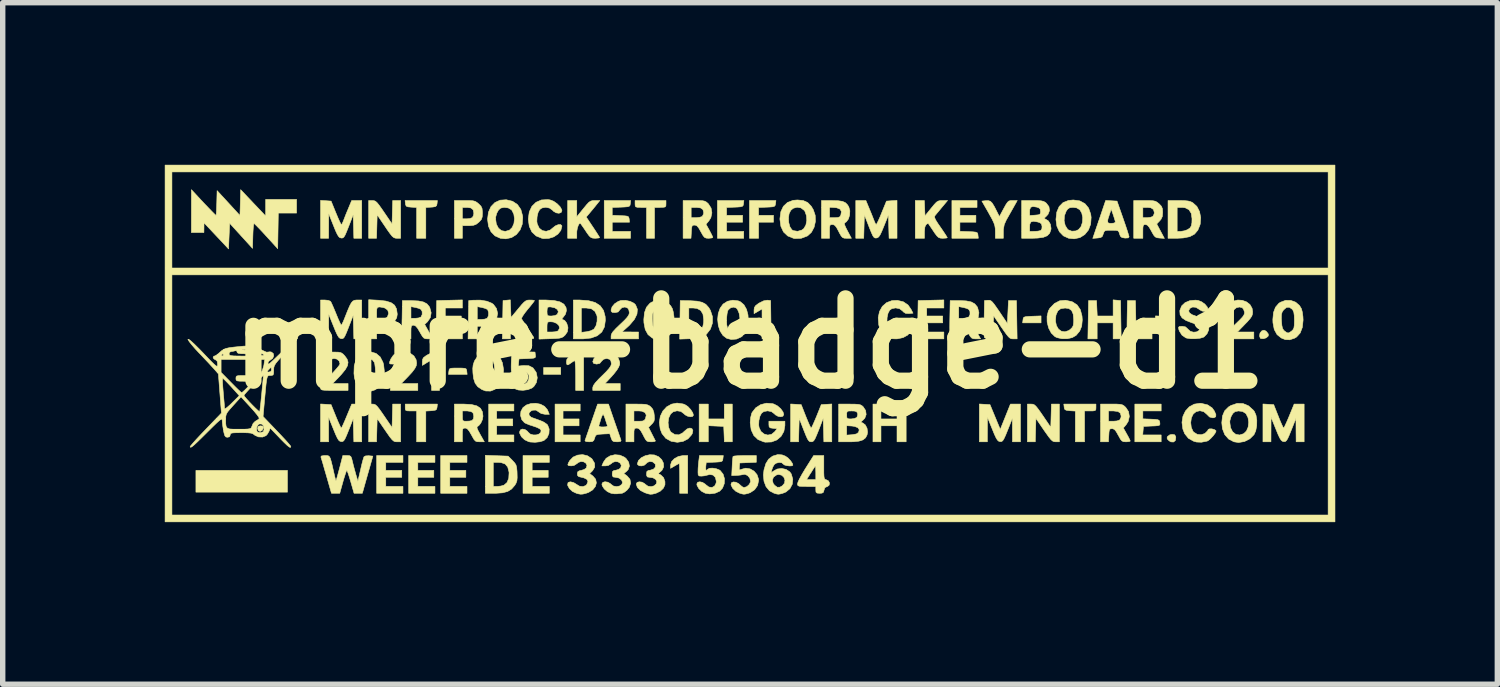
<source format=kicad_pcb>
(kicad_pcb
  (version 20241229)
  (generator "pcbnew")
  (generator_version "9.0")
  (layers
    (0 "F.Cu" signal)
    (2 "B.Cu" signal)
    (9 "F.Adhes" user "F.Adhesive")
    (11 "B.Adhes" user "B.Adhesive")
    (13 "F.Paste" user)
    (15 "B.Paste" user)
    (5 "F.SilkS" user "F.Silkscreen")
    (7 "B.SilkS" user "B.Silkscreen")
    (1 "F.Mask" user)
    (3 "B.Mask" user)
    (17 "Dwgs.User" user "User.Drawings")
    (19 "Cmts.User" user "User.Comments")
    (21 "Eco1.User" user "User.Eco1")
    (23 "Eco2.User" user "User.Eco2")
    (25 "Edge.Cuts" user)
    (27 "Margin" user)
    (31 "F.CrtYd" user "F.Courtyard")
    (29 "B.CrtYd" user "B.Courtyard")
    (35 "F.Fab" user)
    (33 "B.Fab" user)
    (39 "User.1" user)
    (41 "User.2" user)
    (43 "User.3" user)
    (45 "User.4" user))
  (footprint "mpre-badge-d1"
    (layer "F.Cu")
    (at 10.821 3.307)
    (property "Reference" "mpre-badge-d1" (at 0 0 0) (layer "F.SilkS") (effects (font (size 1.524 1.524) (thickness 0.3))))
    (attr through_hole)
    (fp_poly (pts (xy -8.551 2.752) (xy -10.245 2.752) (xy -10.245 2.349) (xy -8.551 2.349) (xy -8.551 2.752)) (stroke (width 0.01) (type solid)) (fill yes) (layer "F.SilkS"))
    (fp_poly (pts (xy -3.493 0.572) (xy -3.81 0.572) (xy -3.81 0.445) (xy -3.493 0.445) (xy -3.493 0.572)) (stroke (width 0.01) (type solid)) (fill yes) (layer "F.SilkS"))
    (fp_poly (pts (xy 5.397 -0.381) (xy 5.056 -0.381) (xy 5.063 -0.439) (xy 5.068 -0.469) (xy 5.081 -0.486) (xy 5.112 -0.496) (xy 5.168 -0.501) (xy 5.233 -0.504) (xy 5.397 -0.51) (xy 5.397 -0.381)) (stroke (width 0.01) (type solid)) (fill yes) (layer "F.SilkS"))
    (fp_poly (pts (xy 7.678 -0.504) (xy 7.761 -0.5) (xy 7.81 -0.494) (xy 7.835 -0.483) (xy 7.846 -0.462) (xy 7.849 -0.439) (xy 7.856 -0.381) (xy 7.514 -0.381) (xy 7.514 -0.51) (xy 7.678 -0.504)) (stroke (width 0.01) (type solid)) (fill yes) (layer "F.SilkS"))
    (fp_poly (pts (xy -9.008 1.531) (xy -8.998 1.559) (xy -9 1.571) (xy -9.02 1.611) (xy -9.055 1.628) (xy -9.087 1.616) (xy -9.1 1.585) (xy -9.102 1.563) (xy -9.088 1.532) (xy -9.047 1.524) (xy -9.008 1.531)) (stroke (width 0.01) (type solid)) (fill yes) (layer "F.SilkS"))
    (fp_poly (pts (xy -6.413 2.201) (xy -6.731 2.201) (xy -6.731 2.349) (xy -6.435 2.349) (xy -6.435 2.477) (xy -6.731 2.477) (xy -6.731 2.646) (xy -6.413 2.646) (xy -6.413 2.773) (xy -6.9 2.773) (xy -6.9 2.074) (xy -6.413 2.074) (xy -6.413 2.201)) (stroke (width 0.01) (type solid)) (fill yes) (layer "F.SilkS"))
    (fp_poly (pts (xy -5.821 2.201) (xy -6.138 2.201) (xy -6.138 2.349) (xy -5.842 2.349) (xy -5.842 2.477) (xy -6.138 2.477) (xy -6.138 2.646) (xy -5.821 2.646) (xy -5.821 2.773) (xy -6.308 2.773) (xy -6.308 2.074) (xy -5.821 2.074) (xy -5.821 2.201)) (stroke (width 0.01) (type solid)) (fill yes) (layer "F.SilkS"))
    (fp_poly (pts (xy -5.228 2.201) (xy -5.546 2.201) (xy -5.546 2.349) (xy -5.249 2.349) (xy -5.249 2.477) (xy -5.546 2.477) (xy -5.546 2.646) (xy -5.228 2.646) (xy -5.228 2.773) (xy -5.715 2.773) (xy -5.715 2.074) (xy -5.228 2.074) (xy -5.228 2.201)) (stroke (width 0.01) (type solid)) (fill yes) (layer "F.SilkS"))
    (fp_poly (pts (xy -4.36 1.249) (xy -4.678 1.249) (xy -4.678 1.397) (xy -4.381 1.397) (xy -4.381 1.524) (xy -4.678 1.524) (xy -4.678 1.693) (xy -4.36 1.693) (xy -4.36 1.82) (xy -4.826 1.82) (xy -4.826 1.122) (xy -4.36 1.122) (xy -4.36 1.249)) (stroke (width 0.01) (type solid)) (fill yes) (layer "F.SilkS"))
    (fp_poly (pts (xy -3.704 2.201) (xy -4.022 2.201) (xy -4.022 2.349) (xy -3.725 2.349) (xy -3.725 2.477) (xy -4.022 2.477) (xy -4.022 2.646) (xy -3.704 2.646) (xy -3.704 2.773) (xy -4.191 2.773) (xy -4.191 2.074) (xy -3.704 2.074) (xy -3.704 2.201)) (stroke (width 0.01) (type solid)) (fill yes) (layer "F.SilkS"))
    (fp_poly (pts (xy -3.133 1.249) (xy -3.45 1.249) (xy -3.45 1.397) (xy -3.154 1.397) (xy -3.154 1.524) (xy -3.45 1.524) (xy -3.45 1.693) (xy -3.133 1.693) (xy -3.133 1.82) (xy -3.598 1.82) (xy -3.598 1.122) (xy -3.133 1.122) (xy -3.133 1.249)) (stroke (width 0.01) (type solid)) (fill yes) (layer "F.SilkS"))
    (fp_poly (pts (xy -0.762 1.397) (xy -0.466 1.397) (xy -0.466 1.122) (xy -0.318 1.122) (xy -0.318 1.82) (xy -0.464 1.82) (xy -0.476 1.535) (xy -0.762 1.522) (xy -0.762 1.82) (xy -0.931 1.82) (xy -0.931 1.122) (xy -0.762 1.122) (xy -0.762 1.397)) (stroke (width 0.01) (type solid)) (fill yes) (layer "F.SilkS"))
    (fp_poly (pts (xy 2.434 1.397) (xy 2.731 1.397) (xy 2.731 1.122) (xy 2.9 1.122) (xy 2.9 1.82) (xy 2.731 1.82) (xy 2.731 1.524) (xy 2.434 1.524) (xy 2.434 1.82) (xy 2.286 1.82) (xy 2.286 1.122) (xy 2.434 1.122) (xy 2.434 1.397)) (stroke (width 0.01) (type solid)) (fill yes) (layer "F.SilkS"))
    (fp_poly (pts (xy 7.869 1.69) (xy 7.888 1.72) (xy 7.891 1.74) (xy 7.883 1.796) (xy 7.849 1.824) (xy 7.799 1.821) (xy 7.765 1.8) (xy 7.732 1.766) (xy 7.731 1.735) (xy 7.739 1.721) (xy 7.779 1.691) (xy 7.823 1.683) (xy 7.869 1.69)) (stroke (width 0.01) (type solid)) (fill yes) (layer "F.SilkS"))
    (fp_poly (pts (xy -5.317 0.456) (xy -5.269 0.46) (xy -5.245 0.47) (xy -5.235 0.491) (xy -5.232 0.513) (xy -5.225 0.572) (xy -5.57 0.572) (xy -5.563 0.513) (xy -5.558 0.484) (xy -5.545 0.466) (xy -5.515 0.458) (xy -5.458 0.455) (xy -5.397 0.455) (xy -5.317 0.456)) (stroke (width 0.01) (type solid)) (fill yes) (layer "F.SilkS"))
    (fp_poly (pts (xy -5.313 -0.656) (xy -5.63 -0.656) (xy -5.63 -0.508) (xy -5.334 -0.508) (xy -5.334 -0.381) (xy -5.63 -0.381) (xy -5.63 -0.212) (xy -5.313 -0.212) (xy -5.313 -0.085) (xy -5.801 -0.085) (xy -5.795 -0.439) (xy -5.789 -0.794) (xy -5.313 -0.806) (xy -5.313 -0.656)) (stroke (width 0.01) (type solid)) (fill yes) (layer "F.SilkS"))
    (fp_poly (pts (xy 3.598 -0.656) (xy 3.281 -0.656) (xy 3.281 -0.508) (xy 3.577 -0.508) (xy 3.577 -0.381) (xy 3.281 -0.381) (xy 3.281 -0.212) (xy 3.598 -0.212) (xy 3.598 -0.085) (xy 3.11 -0.085) (xy 3.116 -0.439) (xy 3.122 -0.794) (xy 3.598 -0.806) (xy 3.598 -0.656)) (stroke (width 0.01) (type solid)) (fill yes) (layer "F.SilkS"))
    (fp_poly (pts (xy 9.559 -0.229) (xy 9.575 -0.213) (xy 9.604 -0.174) (xy 9.602 -0.141) (xy 9.597 -0.132) (xy 9.561 -0.103) (xy 9.511 -0.088) (xy 9.467 -0.091) (xy 9.455 -0.098) (xy 9.44 -0.139) (xy 9.449 -0.191) (xy 9.479 -0.23) (xy 9.485 -0.234) (xy 9.524 -0.246) (xy 9.559 -0.229)) (stroke (width 0.01) (type solid)) (fill yes) (layer "F.SilkS"))
    (fp_poly (pts (xy 0.333 -0.801) (xy 0.392 -0.794) (xy 0.397 -0.439) (xy 0.403 -0.085) (xy 0.233 -0.085) (xy 0.233 -0.639) (xy 0.159 -0.595) (xy 0.085 -0.552) (xy 0.085 -0.62) (xy 0.091 -0.665) (xy 0.114 -0.7) (xy 0.165 -0.739) (xy 0.179 -0.748) (xy 0.262 -0.789) (xy 0.329 -0.801) (xy 0.333 -0.801)) (stroke (width 0.01) (type solid)) (fill yes) (layer "F.SilkS"))
    (fp_poly (pts (xy 0.483 -2.588) (xy 0.477 -2.558) (xy 0.463 -2.54) (xy 0.431 -2.53) (xy 0.371 -2.525) (xy 0.323 -2.523) (xy 0.169 -2.517) (xy 0.169 -2.371) (xy 0.445 -2.371) (xy 0.445 -2.244) (xy 0.169 -2.244) (xy 0.169 -1.947) (xy 0 -1.947) (xy 0 -2.646) (xy 0.49 -2.646) (xy 0.483 -2.588)) (stroke (width 0.01) (type solid)) (fill yes) (layer "F.SilkS"))
    (fp_poly (pts (xy 6.869 -0.794) (xy 6.874 -0.439) (xy 6.88 -0.085) (xy 6.731 -0.085) (xy 6.731 -0.381) (xy 6.435 -0.381) (xy 6.435 -0.085) (xy 6.264 -0.085) (xy 6.27 -0.439) (xy 6.276 -0.794) (xy 6.424 -0.794) (xy 6.43 -0.651) (xy 6.437 -0.508) (xy 6.731 -0.508) (xy 6.731 -0.807) (xy 6.869 -0.794)) (stroke (width 0.01) (type solid)) (fill yes) (layer "F.SilkS"))
    (fp_poly (pts (xy -5.782 -2.588) (xy -5.79 -2.552) (xy -5.812 -2.534) (xy -5.859 -2.525) (xy -5.89 -2.523) (xy -5.99 -2.517) (xy -5.99 -1.947) (xy -6.16 -1.947) (xy -6.16 -2.517) (xy -6.26 -2.523) (xy -6.321 -2.529) (xy -6.352 -2.542) (xy -6.365 -2.57) (xy -6.367 -2.588) (xy -6.374 -2.646) (xy -5.776 -2.646) (xy -5.782 -2.588)) (stroke (width 0.01) (type solid)) (fill yes) (layer "F.SilkS"))
    (fp_poly (pts (xy -5.782 1.18) (xy -5.79 1.216) (xy -5.812 1.234) (xy -5.859 1.242) (xy -5.89 1.245) (xy -5.99 1.251) (xy -5.99 1.82) (xy -6.16 1.82) (xy -6.16 1.249) (xy -6.265 1.249) (xy -6.328 1.247) (xy -6.359 1.239) (xy -6.37 1.217) (xy -6.371 1.185) (xy -6.371 1.122) (xy -5.776 1.122) (xy -5.782 1.18)) (stroke (width 0.01) (type solid)) (fill yes) (layer "F.SilkS"))
    (fp_poly (pts (xy -1.545 -2.582) (xy -1.547 -2.545) (xy -1.562 -2.526) (xy -1.599 -2.52) (xy -1.651 -2.519) (xy -1.757 -2.519) (xy -1.757 -1.947) (xy -1.905 -1.947) (xy -1.905 -2.519) (xy -2.011 -2.519) (xy -2.073 -2.52) (xy -2.105 -2.529) (xy -2.115 -2.551) (xy -2.117 -2.582) (xy -2.117 -2.646) (xy -1.545 -2.646) (xy -1.545 -2.582)) (stroke (width 0.01) (type solid)) (fill yes) (layer "F.SilkS"))
    (fp_poly (pts (xy 6.413 1.185) (xy 6.411 1.223) (xy 6.397 1.242) (xy 6.36 1.248) (xy 6.308 1.249) (xy 6.202 1.249) (xy 6.202 1.82) (xy 6.032 1.82) (xy 6.032 1.251) (xy 5.932 1.245) (xy 5.871 1.238) (xy 5.84 1.225) (xy 5.827 1.198) (xy 5.825 1.18) (xy 5.818 1.122) (xy 6.413 1.122) (xy 6.413 1.185)) (stroke (width 0.01) (type solid)) (fill yes) (layer "F.SilkS"))
    (fp_poly (pts (xy 7.15 -0.503) (xy 7.156 -0.212) (xy 7.451 -0.212) (xy 7.451 -0.085) (xy 7.228 -0.085) (xy 7.118 -0.086) (xy 7.046 -0.092) (xy 7.006 -0.101) (xy 6.994 -0.112) (xy 6.991 -0.142) (xy 6.989 -0.206) (xy 6.988 -0.296) (xy 6.989 -0.405) (xy 6.99 -0.467) (xy 6.996 -0.794) (xy 7.144 -0.794) (xy 7.15 -0.503)) (stroke (width 0.01) (type solid)) (fill yes) (layer "F.SilkS"))
    (fp_poly (pts (xy -0.11 -2.588) (xy -0.115 -2.558) (xy -0.129 -2.54) (xy -0.162 -2.53) (xy -0.221 -2.525) (xy -0.27 -2.523) (xy -0.423 -2.517) (xy -0.423 -2.371) (xy -0.127 -2.371) (xy -0.127 -2.244) (xy -0.423 -2.244) (xy -0.423 -2.074) (xy -0.106 -2.074) (xy -0.106 -1.947) (xy -0.593 -1.947) (xy -0.593 -2.646) (xy -0.103 -2.646) (xy -0.11 -2.588)) (stroke (width 0.01) (type solid)) (fill yes) (layer "F.SilkS"))
    (fp_poly (pts (xy 4.212 -2.519) (xy 3.895 -2.519) (xy 3.895 -2.371) (xy 4.191 -2.371) (xy 4.191 -2.244) (xy 3.895 -2.244) (xy 3.895 -2.076) (xy 4.059 -2.07) (xy 4.141 -2.066) (xy 4.19 -2.06) (xy 4.216 -2.049) (xy 4.226 -2.029) (xy 4.229 -2.006) (xy 4.236 -1.947) (xy 3.747 -1.947) (xy 3.747 -2.646) (xy 4.212 -2.646) (xy 4.212 -2.519)) (stroke (width 0.01) (type solid)) (fill yes) (layer "F.SilkS"))
    (fp_poly (pts (xy 10.837 3.302) (xy -10.816 3.302) (xy -10.816 -1.27) (xy -10.689 -1.27) (xy -10.689 3.175) (xy 10.71 3.175) (xy 10.71 -1.27) (xy -10.689 -1.27) (xy -10.816 -1.27) (xy -10.816 -3.175) (xy -10.689 -3.175) (xy -10.689 -1.397) (xy 10.71 -1.397) (xy 10.71 -3.175) (xy -10.689 -3.175) (xy -10.816 -3.175) (xy -10.816 -3.302) (xy 10.837 -3.302) (xy 10.837 3.302)) (stroke (width 0.01) (type solid)) (fill yes) (layer "F.SilkS"))
    (fp_poly (pts (xy -1.143 2.773) (xy -1.291 2.773) (xy -1.291 2.498) (xy -1.292 2.395) (xy -1.294 2.31) (xy -1.296 2.25) (xy -1.3 2.223) (xy -1.301 2.223) (xy -1.323 2.232) (xy -1.368 2.257) (xy -1.385 2.267) (xy -1.46 2.311) (xy -1.46 2.247) (xy -1.441 2.186) (xy -1.39 2.132) (xy -1.317 2.092) (xy -1.234 2.075) (xy -1.223 2.074) (xy -1.143 2.074) (xy -1.143 2.773)) (stroke (width 0.01) (type solid)) (fill yes) (layer "F.SilkS"))
    (fp_poly (pts (xy -5.736 0.868) (xy -5.884 0.868) (xy -5.884 0.593) (xy -5.885 0.49) (xy -5.888 0.405) (xy -5.892 0.345) (xy -5.897 0.318) (xy -5.898 0.318) (xy -5.923 0.328) (xy -5.968 0.353) (xy -5.982 0.362) (xy -6.054 0.406) (xy -6.054 0.335) (xy -6.049 0.292) (xy -6.03 0.259) (xy -5.986 0.227) (xy -5.95 0.206) (xy -5.882 0.173) (xy -5.819 0.152) (xy -5.791 0.148) (xy -5.736 0.148) (xy -5.736 0.868)) (stroke (width 0.01) (type solid)) (fill yes) (layer "F.SilkS"))
    (fp_poly (pts (xy -2.205 -2.588) (xy -2.21 -2.558) (xy -2.224 -2.541) (xy -2.254 -2.531) (xy -2.311 -2.526) (xy -2.376 -2.523) (xy -2.54 -2.517) (xy -2.54 -2.373) (xy -2.387 -2.366) (xy -2.307 -2.362) (xy -2.261 -2.356) (xy -2.238 -2.343) (xy -2.229 -2.32) (xy -2.226 -2.302) (xy -2.22 -2.244) (xy -2.54 -2.244) (xy -2.54 -2.074) (xy -2.201 -2.074) (xy -2.201 -1.947) (xy -2.688 -1.947) (xy -2.688 -2.646) (xy -2.199 -2.646) (xy -2.205 -2.588)) (stroke (width 0.01) (type solid)) (fill yes) (layer "F.SilkS"))
    (fp_poly (pts (xy 7.62 1.249) (xy 7.281 1.249) (xy 7.281 1.395) (xy 7.435 1.401) (xy 7.514 1.405) (xy 7.56 1.412) (xy 7.583 1.425) (xy 7.592 1.447) (xy 7.595 1.465) (xy 7.597 1.494) (xy 7.588 1.512) (xy 7.56 1.521) (xy 7.504 1.526) (xy 7.447 1.528) (xy 7.292 1.535) (xy 7.285 1.614) (xy 7.279 1.693) (xy 7.62 1.693) (xy 7.62 1.82) (xy 7.133 1.82) (xy 7.133 1.122) (xy 7.62 1.122) (xy 7.62 1.249)) (stroke (width 0.01) (type solid)) (fill yes) (layer "F.SilkS"))
    (fp_poly (pts (xy -6.949 -2.643) (xy -6.921 -2.632) (xy -6.892 -2.606) (xy -6.854 -2.559) (xy -6.802 -2.486) (xy -6.763 -2.429) (xy -6.615 -2.212) (xy -6.609 -2.429) (xy -6.603 -2.646) (xy -6.456 -2.646) (xy -6.456 -1.947) (xy -6.526 -1.947) (xy -6.557 -1.95) (xy -6.584 -1.961) (xy -6.614 -1.986) (xy -6.651 -2.032) (xy -6.702 -2.103) (xy -6.743 -2.164) (xy -6.89 -2.381) (xy -6.902 -1.947) (xy -7.048 -1.947) (xy -7.048 -2.646) (xy -6.979 -2.646) (xy -6.949 -2.643)) (stroke (width 0.01) (type solid)) (fill yes) (layer "F.SilkS"))
    (fp_poly (pts (xy -3.069 0.868) (xy -3.217 0.868) (xy -3.217 0.593) (xy -3.218 0.49) (xy -3.222 0.405) (xy -3.226 0.346) (xy -3.232 0.319) (xy -3.233 0.318) (xy -3.259 0.33) (xy -3.301 0.359) (xy -3.302 0.36) (xy -3.351 0.393) (xy -3.376 0.395) (xy -3.386 0.364) (xy -3.387 0.338) (xy -3.38 0.296) (xy -3.355 0.261) (xy -3.303 0.221) (xy -3.287 0.211) (xy -3.22 0.175) (xy -3.157 0.153) (xy -3.129 0.148) (xy -3.069 0.148) (xy -3.069 0.868)) (stroke (width 0.01) (type solid)) (fill yes) (layer "F.SilkS"))
    (fp_poly (pts (xy -6.949 1.124) (xy -6.921 1.136) (xy -6.892 1.162) (xy -6.854 1.209) (xy -6.802 1.282) (xy -6.763 1.339) (xy -6.615 1.556) (xy -6.609 1.339) (xy -6.603 1.122) (xy -6.456 1.122) (xy -6.456 1.82) (xy -6.526 1.82) (xy -6.557 1.818) (xy -6.584 1.807) (xy -6.614 1.781) (xy -6.652 1.735) (xy -6.703 1.663) (xy -6.743 1.605) (xy -6.89 1.39) (xy -6.896 1.605) (xy -6.902 1.82) (xy -7.048 1.82) (xy -7.048 1.122) (xy -6.979 1.122) (xy -6.949 1.124)) (stroke (width 0.01) (type solid)) (fill yes) (layer "F.SilkS"))
    (fp_poly (pts (xy 5.245 1.124) (xy 5.272 1.135) (xy 5.302 1.161) (xy 5.339 1.207) (xy 5.391 1.279) (xy 5.431 1.337) (xy 5.577 1.552) (xy 5.583 1.337) (xy 5.589 1.122) (xy 5.736 1.122) (xy 5.736 1.82) (xy 5.667 1.82) (xy 5.637 1.817) (xy 5.609 1.805) (xy 5.579 1.778) (xy 5.541 1.731) (xy 5.488 1.657) (xy 5.45 1.603) (xy 5.302 1.386) (xy 5.296 1.603) (xy 5.29 1.82) (xy 5.144 1.82) (xy 5.144 1.122) (xy 5.214 1.122) (xy 5.245 1.124)) (stroke (width 0.01) (type solid)) (fill yes) (layer "F.SilkS"))
    (fp_poly (pts (xy 4.353 1.126) (xy 4.452 1.132) (xy 4.642 1.591) (xy 4.736 1.357) (xy 4.83 1.122) (xy 5.016 1.122) (xy 5.016 1.82) (xy 4.868 1.82) (xy 4.867 1.603) (xy 4.866 1.386) (xy 4.779 1.604) (xy 4.74 1.7) (xy 4.711 1.762) (xy 4.689 1.798) (xy 4.669 1.814) (xy 4.646 1.817) (xy 4.638 1.816) (xy 4.613 1.809) (xy 4.59 1.788) (xy 4.565 1.748) (xy 4.534 1.682) (xy 4.495 1.587) (xy 4.405 1.365) (xy 4.404 1.593) (xy 4.403 1.82) (xy 4.255 1.82) (xy 4.255 1.12) (xy 4.353 1.126)) (stroke (width 0.01) (type solid)) (fill yes) (layer "F.SilkS"))
    (fp_poly (pts (xy -3.138 -0.804) (xy -2.978 -0.792) (xy -2.853 -0.757) (xy -2.761 -0.697) (xy -2.701 -0.612) (xy -2.671 -0.5) (xy -2.667 -0.429) (xy -2.684 -0.307) (xy -2.733 -0.212) (xy -2.816 -0.143) (xy -2.931 -0.101) (xy -3.079 -0.085) (xy -3.095 -0.085) (xy -3.26 -0.085) (xy -3.26 -0.656) (xy -3.111 -0.656) (xy -3.111 -0.206) (xy -3.014 -0.217) (xy -2.941 -0.234) (xy -2.885 -0.261) (xy -2.876 -0.269) (xy -2.84 -0.328) (xy -2.82 -0.409) (xy -2.819 -0.492) (xy -2.824 -0.518) (xy -2.861 -0.596) (xy -2.926 -0.642) (xy -3.016 -0.656) (xy -3.111 -0.656) (xy -3.26 -0.656) (xy -3.26 -0.804) (xy -3.138 -0.804)) (stroke (width 0.01) (type solid)) (fill yes) (layer "F.SilkS"))
    (fp_poly (pts (xy 4.883 -2.514) (xy 4.835 -2.429) (xy 4.787 -2.344) (xy 4.754 -2.286) (xy 4.716 -2.201) (xy 4.7 -2.111) (xy 4.699 -2.069) (xy 4.699 -1.947) (xy 4.551 -1.947) (xy 4.551 -2.073) (xy 4.549 -2.13) (xy 4.541 -2.18) (xy 4.523 -2.233) (xy 4.492 -2.299) (xy 4.443 -2.387) (xy 4.427 -2.417) (xy 4.302 -2.635) (xy 4.365 -2.642) (xy 4.419 -2.644) (xy 4.459 -2.632) (xy 4.493 -2.598) (xy 4.531 -2.536) (xy 4.556 -2.488) (xy 4.626 -2.348) (xy 4.706 -2.497) (xy 4.747 -2.571) (xy 4.777 -2.615) (xy 4.803 -2.637) (xy 4.836 -2.645) (xy 4.872 -2.646) (xy 4.957 -2.646) (xy 4.883 -2.514)) (stroke (width 0.01) (type solid)) (fill yes) (layer "F.SilkS"))
    (fp_poly (pts (xy 4.468 -0.791) (xy 4.496 -0.767) (xy 4.532 -0.723) (xy 4.582 -0.652) (xy 4.626 -0.588) (xy 4.773 -0.37) (xy 4.784 -0.582) (xy 4.794 -0.794) (xy 4.942 -0.794) (xy 4.948 -0.439) (xy 4.954 -0.085) (xy 4.882 -0.085) (xy 4.851 -0.087) (xy 4.823 -0.098) (xy 4.794 -0.123) (xy 4.757 -0.168) (xy 4.706 -0.239) (xy 4.665 -0.298) (xy 4.519 -0.512) (xy 4.513 -0.298) (xy 4.507 -0.085) (xy 4.433 -0.085) (xy 4.38 -0.092) (xy 4.35 -0.109) (xy 4.349 -0.112) (xy 4.345 -0.142) (xy 4.343 -0.206) (xy 4.342 -0.296) (xy 4.343 -0.405) (xy 4.344 -0.467) (xy 4.35 -0.794) (xy 4.414 -0.8) (xy 4.442 -0.8) (xy 4.468 -0.791)) (stroke (width 0.01) (type solid)) (fill yes) (layer "F.SilkS"))
    (fp_poly (pts (xy 7.943 -2.646) (xy 8.046 -2.644) (xy 8.118 -2.637) (xy 8.169 -2.623) (xy 8.206 -2.604) (xy 8.281 -2.536) (xy 8.33 -2.441) (xy 8.352 -2.329) (xy 8.343 -2.212) (xy 8.339 -2.196) (xy 8.299 -2.097) (xy 8.237 -2.024) (xy 8.149 -1.977) (xy 8.03 -1.953) (xy 7.917 -1.947) (xy 7.747 -1.947) (xy 7.747 -2.519) (xy 7.916 -2.519) (xy 7.916 -2.074) (xy 7.981 -2.074) (xy 8.049 -2.085) (xy 8.105 -2.105) (xy 8.151 -2.135) (xy 8.177 -2.174) (xy 8.189 -2.234) (xy 8.191 -2.31) (xy 8.177 -2.408) (xy 8.134 -2.476) (xy 8.063 -2.512) (xy 8.002 -2.519) (xy 7.916 -2.519) (xy 7.747 -2.519) (xy 7.747 -2.646) (xy 7.943 -2.646)) (stroke (width 0.01) (type solid)) (fill yes) (layer "F.SilkS"))
    (fp_poly (pts (xy -7.84 1.126) (xy -7.743 1.132) (xy -7.655 1.349) (xy -7.619 1.436) (xy -7.587 1.507) (xy -7.565 1.552) (xy -7.556 1.566) (xy -7.543 1.548) (xy -7.519 1.498) (xy -7.487 1.425) (xy -7.453 1.344) (xy -7.361 1.122) (xy -7.176 1.122) (xy -7.176 1.82) (xy -7.322 1.82) (xy -7.328 1.607) (xy -7.334 1.394) (xy -7.419 1.608) (xy -7.457 1.702) (xy -7.485 1.763) (xy -7.507 1.798) (xy -7.527 1.814) (xy -7.551 1.816) (xy -7.556 1.816) (xy -7.582 1.808) (xy -7.605 1.788) (xy -7.629 1.748) (xy -7.66 1.682) (xy -7.699 1.587) (xy -7.789 1.365) (xy -7.789 1.593) (xy -7.789 1.82) (xy -7.938 1.82) (xy -7.938 1.12) (xy -7.84 1.126)) (stroke (width 0.01) (type solid)) (fill yes) (layer "F.SilkS"))
    (fp_poly (pts (xy -4.86 -0.782) (xy -4.769 -0.745) (xy -4.738 -0.723) (xy -4.682 -0.647) (xy -4.661 -0.557) (xy -4.679 -0.465) (xy -4.698 -0.428) (xy -4.752 -0.366) (xy -4.824 -0.331) (xy -4.924 -0.318) (xy -4.944 -0.318) (xy -5.038 -0.318) (xy -5.038 -0.085) (xy -5.208 -0.085) (xy -5.202 -0.439) (xy -5.202 -0.445) (xy -5.038 -0.445) (xy -4.957 -0.445) (xy -4.898 -0.451) (xy -4.856 -0.466) (xy -4.851 -0.47) (xy -4.831 -0.514) (xy -4.828 -0.571) (xy -4.843 -0.62) (xy -4.852 -0.631) (xy -4.89 -0.649) (xy -4.948 -0.665) (xy -4.958 -0.667) (xy -5.038 -0.682) (xy -5.038 -0.445) (xy -5.202 -0.445) (xy -5.196 -0.794) (xy -5.112 -0.801) (xy -4.978 -0.802) (xy -4.86 -0.782)) (stroke (width 0.01) (type solid)) (fill yes) (layer "F.SilkS"))
    (fp_poly (pts (xy -4.467 2.085) (xy -4.388 2.164) (xy -4.346 2.209) (xy -4.321 2.248) (xy -4.309 2.296) (xy -4.302 2.367) (xy -4.301 2.397) (xy -4.299 2.483) (xy -4.304 2.541) (xy -4.32 2.586) (xy -4.343 2.625) (xy -4.402 2.693) (xy -4.475 2.739) (xy -4.571 2.764) (xy -4.698 2.773) (xy -4.715 2.773) (xy -4.889 2.773) (xy -4.889 2.201) (xy -4.741 2.201) (xy -4.741 2.646) (xy -4.668 2.646) (xy -4.601 2.639) (xy -4.543 2.622) (xy -4.487 2.574) (xy -4.455 2.496) (xy -4.449 2.394) (xy -4.451 2.376) (xy -4.474 2.287) (xy -4.521 2.231) (xy -4.596 2.205) (xy -4.648 2.201) (xy -4.741 2.201) (xy -4.889 2.201) (xy -4.889 2.07) (xy -4.467 2.085)) (stroke (width 0.01) (type solid)) (fill yes) (layer "F.SilkS"))
    (fp_poly (pts (xy 9.604 1.126) (xy 9.703 1.132) (xy 9.789 1.349) (xy 9.824 1.437) (xy 9.855 1.507) (xy 9.877 1.553) (xy 9.886 1.566) (xy 9.899 1.548) (xy 9.923 1.498) (xy 9.956 1.425) (xy 9.99 1.344) (xy 10.081 1.122) (xy 10.266 1.122) (xy 10.266 1.82) (xy 10.118 1.82) (xy 10.116 1.603) (xy 10.115 1.386) (xy 10.028 1.604) (xy 9.989 1.7) (xy 9.961 1.762) (xy 9.938 1.798) (xy 9.918 1.814) (xy 9.895 1.817) (xy 9.887 1.816) (xy 9.862 1.809) (xy 9.839 1.788) (xy 9.814 1.748) (xy 9.783 1.682) (xy 9.744 1.587) (xy 9.654 1.365) (xy 9.653 1.593) (xy 9.652 1.82) (xy 9.504 1.82) (xy 9.504 1.12) (xy 9.604 1.126)) (stroke (width 0.01) (type solid)) (fill yes) (layer "F.SilkS"))
    (fp_poly (pts (xy -7.84 -2.642) (xy -7.743 -2.635) (xy -7.655 -2.419) (xy -7.618 -2.331) (xy -7.587 -2.261) (xy -7.564 -2.215) (xy -7.553 -2.202) (xy -7.537 -2.219) (xy -7.519 -2.26) (xy -7.501 -2.306) (xy -7.473 -2.379) (xy -7.439 -2.462) (xy -7.43 -2.482) (xy -7.362 -2.646) (xy -7.176 -2.646) (xy -7.176 -1.947) (xy -7.322 -1.947) (xy -7.334 -2.381) (xy -7.419 -2.163) (xy -7.457 -2.068) (xy -7.484 -2.006) (xy -7.506 -1.97) (xy -7.526 -1.954) (xy -7.549 -1.951) (xy -7.556 -1.952) (xy -7.582 -1.959) (xy -7.604 -1.98) (xy -7.629 -2.02) (xy -7.66 -2.086) (xy -7.698 -2.18) (xy -7.787 -2.402) (xy -7.788 -2.175) (xy -7.789 -1.947) (xy -7.938 -1.947) (xy -7.938 -2.648) (xy -7.84 -2.642)) (stroke (width 0.01) (type solid)) (fill yes) (layer "F.SilkS"))
    (fp_poly (pts (xy -6.862 -0.8) (xy -6.729 -0.785) (xy -6.632 -0.755) (xy -6.568 -0.708) (xy -6.532 -0.64) (xy -6.519 -0.548) (xy -6.519 -0.537) (xy -6.529 -0.475) (xy -6.564 -0.418) (xy -6.591 -0.389) (xy -6.638 -0.347) (xy -6.682 -0.326) (xy -6.74 -0.318) (xy -6.782 -0.318) (xy -6.9 -0.318) (xy -6.9 -0.085) (xy -7.048 -0.085) (xy -7.048 -0.561) (xy -6.9 -0.561) (xy -6.9 -0.445) (xy -6.816 -0.445) (xy -6.752 -0.452) (xy -6.712 -0.478) (xy -6.699 -0.495) (xy -6.678 -0.558) (xy -6.694 -0.615) (xy -6.744 -0.654) (xy -6.774 -0.664) (xy -6.844 -0.676) (xy -6.881 -0.67) (xy -6.897 -0.64) (xy -6.9 -0.577) (xy -6.9 -0.561) (xy -7.048 -0.561) (xy -7.048 -0.81) (xy -6.862 -0.8)) (stroke (width 0.01) (type solid)) (fill yes) (layer "F.SilkS"))
    (fp_poly (pts (xy 2.731 -1.947) (xy 2.584 -1.947) (xy 2.578 -2.162) (xy 2.572 -2.377) (xy 2.487 -2.167) (xy 2.448 -2.073) (xy 2.418 -2.01) (xy 2.393 -1.974) (xy 2.37 -1.957) (xy 2.349 -1.952) (xy 2.325 -1.952) (xy 2.305 -1.964) (xy 2.284 -1.993) (xy 2.259 -2.047) (xy 2.224 -2.132) (xy 2.212 -2.163) (xy 2.127 -2.381) (xy 2.115 -1.947) (xy 1.968 -1.947) (xy 1.968 -2.646) (xy 2.155 -2.646) (xy 2.223 -2.482) (xy 2.258 -2.398) (xy 2.288 -2.322) (xy 2.309 -2.268) (xy 2.312 -2.26) (xy 2.331 -2.218) (xy 2.346 -2.202) (xy 2.359 -2.22) (xy 2.384 -2.27) (xy 2.417 -2.343) (xy 2.448 -2.419) (xy 2.536 -2.635) (xy 2.633 -2.642) (xy 2.731 -2.648) (xy 2.731 -1.947)) (stroke (width 0.01) (type solid)) (fill yes) (layer "F.SilkS"))
    (fp_poly (pts (xy 1.524 1.82) (xy 1.377 1.82) (xy 1.371 1.603) (xy 1.365 1.386) (xy 1.281 1.603) (xy 1.242 1.699) (xy 1.214 1.762) (xy 1.191 1.799) (xy 1.17 1.816) (xy 1.146 1.82) (xy 1.143 1.82) (xy 1.118 1.817) (xy 1.097 1.801) (xy 1.074 1.767) (xy 1.047 1.707) (xy 1.01 1.615) (xy 1.005 1.603) (xy 0.921 1.386) (xy 0.915 1.603) (xy 0.909 1.82) (xy 0.762 1.82) (xy 0.762 1.12) (xy 0.86 1.126) (xy 0.958 1.132) (xy 1.043 1.349) (xy 1.079 1.437) (xy 1.109 1.507) (xy 1.132 1.553) (xy 1.141 1.566) (xy 1.154 1.548) (xy 1.178 1.498) (xy 1.21 1.425) (xy 1.242 1.349) (xy 1.329 1.132) (xy 1.427 1.126) (xy 1.524 1.12) (xy 1.524 1.82)) (stroke (width 0.01) (type solid)) (fill yes) (layer "F.SilkS"))
    (fp_poly (pts (xy -5.179 -2.645) (xy -5.118 -2.641) (xy -5.076 -2.63) (xy -5.043 -2.61) (xy -5.012 -2.584) (xy -4.969 -2.541) (xy -4.949 -2.499) (xy -4.943 -2.438) (xy -4.942 -2.413) (xy -4.946 -2.343) (xy -4.961 -2.297) (xy -4.996 -2.257) (xy -5.012 -2.242) (xy -5.061 -2.204) (xy -5.112 -2.186) (xy -5.182 -2.18) (xy -5.197 -2.18) (xy -5.313 -2.18) (xy -5.313 -1.947) (xy -5.461 -1.947) (xy -5.461 -2.519) (xy -5.313 -2.519) (xy -5.313 -2.307) (xy -5.232 -2.307) (xy -5.173 -2.313) (xy -5.131 -2.329) (xy -5.127 -2.333) (xy -5.107 -2.372) (xy -5.101 -2.413) (xy -5.114 -2.474) (xy -5.155 -2.508) (xy -5.23 -2.519) (xy -5.232 -2.519) (xy -5.313 -2.519) (xy -5.461 -2.519) (xy -5.461 -2.646) (xy -5.271 -2.646) (xy -5.179 -2.645)) (stroke (width 0.01) (type solid)) (fill yes) (layer "F.SilkS"))
    (fp_poly (pts (xy -6.353 0.156) (xy -6.275 0.183) (xy -6.21 0.231) (xy -6.17 0.299) (xy -6.16 0.362) (xy -6.167 0.412) (xy -6.194 0.465) (xy -6.243 0.53) (xy -6.321 0.615) (xy -6.325 0.619) (xy -6.444 0.741) (xy -6.138 0.741) (xy -6.138 0.868) (xy -6.646 0.868) (xy -6.647 0.81) (xy -6.64 0.776) (xy -6.615 0.735) (xy -6.568 0.681) (xy -6.494 0.608) (xy -6.477 0.592) (xy -6.388 0.504) (xy -6.332 0.434) (xy -6.307 0.379) (xy -6.309 0.335) (xy -6.333 0.301) (xy -6.384 0.275) (xy -6.442 0.279) (xy -6.49 0.309) (xy -6.502 0.328) (xy -6.531 0.367) (xy -6.58 0.381) (xy -6.597 0.381) (xy -6.644 0.38) (xy -6.663 0.368) (xy -6.658 0.337) (xy -6.637 0.286) (xy -6.589 0.215) (xy -6.519 0.17) (xy -6.438 0.151) (xy -6.353 0.156)) (stroke (width 0.01) (type solid)) (fill yes) (layer "F.SilkS"))
    (fp_poly (pts (xy -3.196 -2.345) (xy -3.074 -2.495) (xy -3.016 -2.566) (xy -2.974 -2.611) (xy -2.94 -2.634) (xy -2.906 -2.644) (xy -2.861 -2.646) (xy -2.769 -2.646) (xy -2.833 -2.566) (xy -2.888 -2.498) (xy -2.946 -2.429) (xy -2.959 -2.413) (xy -3.021 -2.34) (xy -2.897 -2.155) (xy -2.846 -2.078) (xy -2.805 -2.014) (xy -2.779 -1.972) (xy -2.773 -1.959) (xy -2.792 -1.952) (xy -2.838 -1.948) (xy -2.857 -1.947) (xy -2.901 -1.95) (xy -2.934 -1.962) (xy -2.966 -1.991) (xy -3.006 -2.045) (xy -3.029 -2.08) (xy -3.073 -2.145) (xy -3.108 -2.195) (xy -3.126 -2.221) (xy -3.127 -2.222) (xy -3.146 -2.222) (xy -3.166 -2.191) (xy -3.184 -2.14) (xy -3.195 -2.079) (xy -3.196 -2.049) (xy -3.196 -1.947) (xy -3.365 -1.947) (xy -3.365 -2.646) (xy -3.196 -2.646) (xy -3.196 -2.345)) (stroke (width 0.01) (type solid)) (fill yes) (layer "F.SilkS"))
    (fp_poly (pts (xy -2.587 0.156) (xy -2.504 0.191) (xy -2.44 0.253) (xy -2.42 0.291) (xy -2.401 0.347) (xy -2.402 0.389) (xy -2.422 0.44) (xy -2.454 0.492) (xy -2.506 0.559) (xy -2.565 0.626) (xy -2.673 0.741) (xy -2.392 0.741) (xy -2.392 0.868) (xy -2.9 0.868) (xy -2.9 0.816) (xy -2.889 0.779) (xy -2.853 0.728) (xy -2.79 0.659) (xy -2.728 0.598) (xy -2.648 0.519) (xy -2.596 0.46) (xy -2.567 0.417) (xy -2.556 0.381) (xy -2.556 0.372) (xy -2.565 0.322) (xy -2.585 0.294) (xy -2.64 0.278) (xy -2.698 0.291) (xy -2.738 0.328) (xy -2.741 0.333) (xy -2.771 0.369) (xy -2.824 0.381) (xy -2.831 0.381) (xy -2.883 0.37) (xy -2.9 0.337) (xy -2.882 0.285) (xy -2.841 0.231) (xy -2.766 0.175) (xy -2.678 0.15) (xy -2.587 0.156)) (stroke (width 0.01) (type solid)) (fill yes) (layer "F.SilkS"))
    (fp_poly (pts (xy -1.096 -0.791) (xy -0.969 -0.783) (xy -0.876 -0.762) (xy -0.807 -0.724) (xy -0.753 -0.664) (xy -0.723 -0.613) (xy -0.684 -0.495) (xy -0.685 -0.377) (xy -0.723 -0.265) (xy -0.798 -0.169) (xy -0.834 -0.139) (xy -0.871 -0.117) (xy -0.921 -0.102) (xy -0.991 -0.093) (xy -1.092 -0.088) (xy -1.292 -0.081) (xy -1.286 -0.437) (xy -1.283 -0.656) (xy -1.122 -0.656) (xy -1.122 -0.434) (xy -1.121 -0.335) (xy -1.119 -0.271) (xy -1.114 -0.234) (xy -1.103 -0.217) (xy -1.085 -0.212) (xy -1.072 -0.212) (xy -1.016 -0.219) (xy -0.955 -0.235) (xy -0.898 -0.265) (xy -0.864 -0.31) (xy -0.849 -0.382) (xy -0.847 -0.444) (xy -0.861 -0.544) (xy -0.903 -0.612) (xy -0.973 -0.649) (xy -1.036 -0.656) (xy -1.122 -0.656) (xy -1.283 -0.656) (xy -1.281 -0.794) (xy -1.096 -0.791)) (stroke (width 0.01) (type solid)) (fill yes) (layer "F.SilkS"))
    (fp_poly (pts (xy -2.207 -0.779) (xy -2.137 -0.744) (xy -2.107 -0.714) (xy -2.074 -0.633) (xy -2.082 -0.543) (xy -2.13 -0.445) (xy -2.219 -0.34) (xy -2.271 -0.292) (xy -2.36 -0.213) (xy -2.207 -0.213) (xy -2.053 -0.212) (xy -2.053 -0.085) (xy -2.561 -0.085) (xy -2.561 -0.141) (xy -2.553 -0.175) (xy -2.526 -0.218) (xy -2.474 -0.275) (xy -2.394 -0.352) (xy -2.392 -0.354) (xy -2.312 -0.43) (xy -2.261 -0.486) (xy -2.233 -0.529) (xy -2.223 -0.564) (xy -2.223 -0.571) (xy -2.233 -0.624) (xy -2.253 -0.655) (xy -2.305 -0.675) (xy -2.361 -0.662) (xy -2.4 -0.623) (xy -2.402 -0.619) (xy -2.432 -0.583) (xy -2.486 -0.572) (xy -2.492 -0.572) (xy -2.54 -0.576) (xy -2.559 -0.597) (xy -2.561 -0.622) (xy -2.542 -0.679) (xy -2.494 -0.736) (xy -2.428 -0.779) (xy -2.377 -0.796) (xy -2.293 -0.798) (xy -2.207 -0.779)) (stroke (width 0.01) (type solid)) (fill yes) (layer "F.SilkS"))
    (fp_poly (pts (xy 9.12 -0.799) (xy 9.199 -0.77) (xy 9.263 -0.721) (xy 9.303 -0.651) (xy 9.313 -0.587) (xy 9.31 -0.544) (xy 9.297 -0.506) (xy 9.267 -0.462) (xy 9.217 -0.404) (xy 9.172 -0.358) (xy 9.031 -0.212) (xy 9.335 -0.212) (xy 9.335 -0.085) (xy 8.826 -0.085) (xy 8.826 -0.143) (xy 8.834 -0.177) (xy 8.859 -0.218) (xy 8.906 -0.272) (xy 8.981 -0.345) (xy 8.998 -0.361) (xy 9.074 -0.435) (xy 9.124 -0.487) (xy 9.151 -0.526) (xy 9.162 -0.557) (xy 9.162 -0.582) (xy 9.145 -0.633) (xy 9.121 -0.662) (xy 9.069 -0.675) (xy 9.013 -0.662) (xy 8.972 -0.629) (xy 8.964 -0.614) (xy 8.941 -0.583) (xy 8.891 -0.572) (xy 8.878 -0.572) (xy 8.829 -0.573) (xy 8.81 -0.584) (xy 8.815 -0.615) (xy 8.835 -0.666) (xy 8.885 -0.739) (xy 8.955 -0.784) (xy 9.036 -0.804) (xy 9.12 -0.799)) (stroke (width 0.01) (type solid)) (fill yes) (layer "F.SilkS"))
    (fp_poly (pts (xy -4.385 -2.632) (xy -4.294 -2.571) (xy -4.231 -2.48) (xy -4.199 -2.362) (xy -4.196 -2.334) (xy -4.205 -2.208) (xy -4.246 -2.1) (xy -4.314 -2.016) (xy -4.403 -1.96) (xy -4.509 -1.937) (xy -4.61 -1.947) (xy -4.709 -1.991) (xy -4.783 -2.067) (xy -4.83 -2.17) (xy -4.847 -2.297) (xy -4.847 -2.301) (xy -4.846 -2.31) (xy -4.699 -2.31) (xy -4.685 -2.21) (xy -4.646 -2.135) (xy -4.589 -2.088) (xy -4.518 -2.075) (xy -4.442 -2.097) (xy -4.391 -2.147) (xy -4.359 -2.221) (xy -4.349 -2.308) (xy -4.361 -2.393) (xy -4.397 -2.465) (xy -4.405 -2.474) (xy -4.464 -2.509) (xy -4.54 -2.519) (xy -4.603 -2.506) (xy -4.643 -2.472) (xy -4.677 -2.411) (xy -4.697 -2.34) (xy -4.699 -2.31) (xy -4.846 -2.31) (xy -4.831 -2.429) (xy -4.784 -2.533) (xy -4.711 -2.608) (xy -4.615 -2.652) (xy -4.502 -2.66) (xy -4.385 -2.632)) (stroke (width 0.01) (type solid)) (fill yes) (layer "F.SilkS"))
    (fp_poly (pts (xy 6.114 -2.639) (xy 6.209 -2.588) (xy 6.277 -2.506) (xy 6.316 -2.394) (xy 6.324 -2.334) (xy 6.315 -2.208) (xy 6.274 -2.1) (xy 6.206 -2.016) (xy 6.117 -1.96) (xy 6.01 -1.937) (xy 5.909 -1.947) (xy 5.811 -1.991) (xy 5.737 -2.067) (xy 5.69 -2.17) (xy 5.676 -2.271) (xy 5.824 -2.271) (xy 5.844 -2.184) (xy 5.887 -2.115) (xy 5.901 -2.103) (xy 5.966 -2.078) (xy 6.041 -2.083) (xy 6.09 -2.107) (xy 6.137 -2.163) (xy 6.163 -2.242) (xy 6.168 -2.331) (xy 6.15 -2.415) (xy 6.114 -2.475) (xy 6.056 -2.51) (xy 5.989 -2.519) (xy 5.929 -2.513) (xy 5.891 -2.489) (xy 5.863 -2.45) (xy 5.83 -2.365) (xy 5.824 -2.271) (xy 5.676 -2.271) (xy 5.673 -2.295) (xy 5.673 -2.298) (xy 5.688 -2.431) (xy 5.732 -2.534) (xy 5.804 -2.607) (xy 5.904 -2.647) (xy 5.994 -2.656) (xy 6.114 -2.639)) (stroke (width 0.01) (type solid)) (fill yes) (layer "F.SilkS"))
    (fp_poly (pts (xy 3.249 -2.362) (xy 3.364 -2.504) (xy 3.421 -2.573) (xy 3.461 -2.615) (xy 3.495 -2.636) (xy 3.532 -2.645) (xy 3.573 -2.646) (xy 3.667 -2.646) (xy 3.565 -2.524) (xy 3.512 -2.46) (xy 3.466 -2.405) (xy 3.437 -2.37) (xy 3.436 -2.369) (xy 3.426 -2.349) (xy 3.43 -2.322) (xy 3.45 -2.28) (xy 3.49 -2.217) (xy 3.535 -2.152) (xy 3.587 -2.076) (xy 3.629 -2.013) (xy 3.655 -1.971) (xy 3.662 -1.958) (xy 3.643 -1.951) (xy 3.596 -1.948) (xy 3.578 -1.947) (xy 3.533 -1.95) (xy 3.5 -1.962) (xy 3.469 -1.991) (xy 3.428 -2.045) (xy 3.405 -2.08) (xy 3.362 -2.144) (xy 3.328 -2.194) (xy 3.311 -2.219) (xy 3.31 -2.22) (xy 3.291 -2.216) (xy 3.271 -2.202) (xy 3.247 -2.157) (xy 3.239 -2.073) (xy 3.239 -2.061) (xy 3.239 -1.947) (xy 3.069 -1.947) (xy 3.069 -2.646) (xy 3.237 -2.646) (xy 3.249 -2.362)) (stroke (width 0.01) (type solid)) (fill yes) (layer "F.SilkS"))
    (fp_poly (pts (xy 9.135 1.112) (xy 9.238 1.155) (xy 9.329 1.238) (xy 9.344 1.257) (xy 9.375 1.327) (xy 9.39 1.421) (xy 9.388 1.523) (xy 9.37 1.618) (xy 9.338 1.688) (xy 9.26 1.765) (xy 9.161 1.815) (xy 9.053 1.833) (xy 8.967 1.82) (xy 8.869 1.769) (xy 8.797 1.687) (xy 8.754 1.578) (xy 8.742 1.467) (xy 8.743 1.458) (xy 8.89 1.458) (xy 8.904 1.559) (xy 8.942 1.634) (xy 9 1.681) (xy 9.071 1.694) (xy 9.147 1.67) (xy 9.198 1.621) (xy 9.23 1.547) (xy 9.24 1.46) (xy 9.228 1.375) (xy 9.192 1.303) (xy 9.184 1.294) (xy 9.125 1.258) (xy 9.049 1.249) (xy 8.986 1.262) (xy 8.946 1.296) (xy 8.912 1.357) (xy 8.892 1.428) (xy 8.89 1.458) (xy 8.743 1.458) (xy 8.755 1.342) (xy 8.795 1.247) (xy 8.867 1.175) (xy 8.913 1.147) (xy 9.026 1.109) (xy 9.135 1.112)) (stroke (width 0.01) (type solid)) (fill yes) (layer "F.SilkS"))
    (fp_poly (pts (xy -1.23 1.119) (xy -1.196 1.131) (xy -1.139 1.168) (xy -1.087 1.224) (xy -1.049 1.284) (xy -1.037 1.328) (xy -1.054 1.351) (xy -1.093 1.357) (xy -1.144 1.346) (xy -1.191 1.321) (xy -1.21 1.302) (xy -1.269 1.258) (xy -1.341 1.246) (xy -1.412 1.265) (xy -1.459 1.305) (xy -1.494 1.377) (xy -1.506 1.465) (xy -1.496 1.553) (xy -1.465 1.625) (xy -1.451 1.641) (xy -1.381 1.686) (xy -1.307 1.691) (xy -1.236 1.655) (xy -1.21 1.63) (xy -1.154 1.582) (xy -1.103 1.565) (xy -1.065 1.576) (xy -1.047 1.61) (xy -1.057 1.664) (xy -1.07 1.689) (xy -1.138 1.765) (xy -1.23 1.813) (xy -1.335 1.829) (xy -1.445 1.811) (xy -1.45 1.81) (xy -1.549 1.755) (xy -1.618 1.669) (xy -1.652 1.583) (xy -1.668 1.46) (xy -1.65 1.347) (xy -1.603 1.25) (xy -1.532 1.173) (xy -1.443 1.123) (xy -1.341 1.103) (xy -1.23 1.119)) (stroke (width 0.01) (type solid)) (fill yes) (layer "F.SilkS"))
    (fp_poly (pts (xy 0.996 -2.645) (xy 1.078 -2.608) (xy 1.144 -2.539) (xy 1.182 -2.475) (xy 1.217 -2.371) (xy 1.221 -2.259) (xy 1.197 -2.152) (xy 1.148 -2.059) (xy 1.076 -1.992) (xy 1.068 -1.988) (xy 0.956 -1.946) (xy 0.84 -1.942) (xy 0.814 -1.947) (xy 0.708 -1.99) (xy 0.63 -2.064) (xy 0.582 -2.167) (xy 0.564 -2.297) (xy 0.564 -2.31) (xy 0.565 -2.319) (xy 0.722 -2.319) (xy 0.728 -2.235) (xy 0.749 -2.159) (xy 0.785 -2.105) (xy 0.809 -2.089) (xy 0.891 -2.076) (xy 0.97 -2.099) (xy 1.006 -2.126) (xy 1.044 -2.191) (xy 1.061 -2.276) (xy 1.055 -2.365) (xy 1.027 -2.444) (xy 1.014 -2.463) (xy 0.954 -2.509) (xy 0.882 -2.522) (xy 0.81 -2.502) (xy 0.764 -2.463) (xy 0.733 -2.4) (xy 0.722 -2.319) (xy 0.565 -2.319) (xy 0.581 -2.439) (xy 0.628 -2.539) (xy 0.704 -2.61) (xy 0.807 -2.649) (xy 0.889 -2.656) (xy 0.996 -2.645)) (stroke (width 0.01) (type solid)) (fill yes) (layer "F.SilkS"))
    (fp_poly (pts (xy 2.849 -0.771) (xy 2.936 -0.711) (xy 2.99 -0.633) (xy 3.027 -0.561) (xy 2.952 -0.554) (xy 2.891 -0.557) (xy 2.849 -0.584) (xy 2.834 -0.602) (xy 2.777 -0.644) (xy 2.706 -0.658) (xy 2.636 -0.645) (xy 2.594 -0.615) (xy 2.564 -0.557) (xy 2.547 -0.477) (xy 2.545 -0.392) (xy 2.56 -0.321) (xy 2.607 -0.254) (xy 2.672 -0.219) (xy 2.745 -0.22) (xy 2.817 -0.257) (xy 2.836 -0.275) (xy 2.888 -0.316) (xy 2.94 -0.338) (xy 2.982 -0.337) (xy 3.004 -0.313) (xy 3.005 -0.302) (xy 2.984 -0.221) (xy 2.928 -0.155) (xy 2.844 -0.109) (xy 2.738 -0.086) (xy 2.704 -0.085) (xy 2.63 -0.088) (xy 2.579 -0.101) (xy 2.532 -0.132) (xy 2.499 -0.16) (xy 2.44 -0.224) (xy 2.407 -0.293) (xy 2.393 -0.345) (xy 2.383 -0.477) (xy 2.407 -0.592) (xy 2.459 -0.686) (xy 2.537 -0.755) (xy 2.637 -0.793) (xy 2.737 -0.798) (xy 2.849 -0.771)) (stroke (width 0.01) (type solid)) (fill yes) (layer "F.SilkS"))
    (fp_poly (pts (xy -9.186 -2.603) (xy -8.955 -2.36) (xy -8.954 -2.667) (xy -8.382 -2.667) (xy -8.382 -2.413) (xy -8.72 -2.413) (xy -8.731 -1.755) (xy -8.943 -1.987) (xy -9.018 -2.069) (xy -9.084 -2.138) (xy -9.134 -2.189) (xy -9.164 -2.217) (xy -9.17 -2.221) (xy -9.176 -2.202) (xy -9.183 -2.149) (xy -9.188 -2.071) (xy -9.191 -1.991) (xy -9.197 -1.76) (xy -9.409 -1.993) (xy -9.62 -2.225) (xy -9.631 -1.988) (xy -9.641 -1.75) (xy -9.868 -1.992) (xy -10.095 -2.233) (xy -10.096 -2.143) (xy -10.097 -2.053) (xy -10.329 -2.053) (xy -10.328 -2.847) (xy -10.24 -2.752) (xy -10.157 -2.662) (xy -10.075 -2.575) (xy -10.001 -2.498) (xy -9.939 -2.434) (xy -9.895 -2.39) (xy -9.874 -2.371) (xy -9.873 -2.371) (xy -9.869 -2.39) (xy -9.865 -2.444) (xy -9.862 -2.522) (xy -9.859 -2.6) (xy -9.853 -2.829) (xy -9.641 -2.599) (xy -9.43 -2.369) (xy -9.423 -2.608) (xy -9.417 -2.847) (xy -9.186 -2.603)) (stroke (width 0.01) (type solid)) (fill yes) (layer "F.SilkS"))
    (fp_poly (pts (xy -7.797 -0.798) (xy -7.757 -0.782) (xy -7.752 -0.778) (xy -7.736 -0.748) (xy -7.709 -0.688) (xy -7.675 -0.608) (xy -7.649 -0.545) (xy -7.614 -0.46) (xy -7.584 -0.393) (xy -7.563 -0.35) (xy -7.555 -0.339) (xy -7.542 -0.357) (xy -7.518 -0.405) (xy -7.49 -0.474) (xy -7.483 -0.492) (xy -7.436 -0.61) (xy -7.4 -0.694) (xy -7.37 -0.75) (xy -7.342 -0.783) (xy -7.312 -0.799) (xy -7.276 -0.804) (xy -7.26 -0.804) (xy -7.176 -0.804) (xy -7.176 -0.085) (xy -7.322 -0.085) (xy -7.328 -0.302) (xy -7.334 -0.519) (xy -7.419 -0.301) (xy -7.457 -0.205) (xy -7.485 -0.143) (xy -7.506 -0.107) (xy -7.526 -0.091) (xy -7.549 -0.089) (xy -7.555 -0.089) (xy -7.58 -0.097) (xy -7.604 -0.118) (xy -7.629 -0.16) (xy -7.661 -0.229) (xy -7.697 -0.318) (xy -7.787 -0.54) (xy -7.788 -0.312) (xy -7.789 -0.085) (xy -7.938 -0.085) (xy -7.938 -0.804) (xy -7.855 -0.804) (xy -7.797 -0.798)) (stroke (width 0.01) (type solid)) (fill yes) (layer "F.SilkS"))
    (fp_poly (pts (xy -7.609 0.161) (xy -7.561 0.17) (xy -7.525 0.193) (xy -7.491 0.228) (xy -7.447 0.289) (xy -7.429 0.347) (xy -7.439 0.41) (xy -7.479 0.482) (xy -7.55 0.569) (xy -7.606 0.63) (xy -7.714 0.741) (xy -7.429 0.741) (xy -7.429 0.868) (xy -7.684 0.868) (xy -7.791 0.868) (xy -7.862 0.866) (xy -7.906 0.861) (xy -7.928 0.852) (xy -7.936 0.838) (xy -7.938 0.822) (xy -7.922 0.783) (xy -7.875 0.72) (xy -7.801 0.636) (xy -7.758 0.591) (xy -7.688 0.518) (xy -7.631 0.453) (xy -7.592 0.404) (xy -7.578 0.377) (xy -7.578 0.377) (xy -7.595 0.323) (xy -7.637 0.289) (xy -7.69 0.277) (xy -7.742 0.292) (xy -7.778 0.333) (xy -7.808 0.369) (xy -7.862 0.381) (xy -7.868 0.381) (xy -7.921 0.37) (xy -7.938 0.337) (xy -7.919 0.285) (xy -7.876 0.228) (xy -7.838 0.189) (xy -7.801 0.169) (xy -7.751 0.16) (xy -7.684 0.159) (xy -7.609 0.161)) (stroke (width 0.01) (type solid)) (fill yes) (layer "F.SilkS"))
    (fp_poly (pts (xy -4.763 0.162) (xy -4.681 0.201) (xy -4.613 0.269) (xy -4.572 0.359) (xy -4.551 0.484) (xy -4.559 0.601) (xy -4.59 0.704) (xy -4.642 0.789) (xy -4.711 0.849) (xy -4.792 0.881) (xy -4.882 0.879) (xy -4.951 0.853) (xy -5.027 0.802) (xy -5.077 0.736) (xy -5.106 0.647) (xy -5.117 0.554) (xy -5.118 0.542) (xy -4.964 0.542) (xy -4.948 0.653) (xy -4.939 0.684) (xy -4.909 0.729) (xy -4.859 0.746) (xy -4.804 0.735) (xy -4.755 0.697) (xy -4.74 0.674) (xy -4.724 0.62) (xy -4.717 0.542) (xy -4.718 0.457) (xy -4.727 0.383) (xy -4.74 0.341) (xy -4.78 0.3) (xy -4.836 0.281) (xy -4.889 0.289) (xy -4.9 0.296) (xy -4.939 0.353) (xy -4.961 0.439) (xy -4.964 0.542) (xy -5.118 0.542) (xy -5.121 0.464) (xy -5.114 0.399) (xy -5.095 0.339) (xy -5.082 0.311) (xy -5.021 0.226) (xy -4.942 0.174) (xy -4.853 0.153) (xy -4.763 0.162)) (stroke (width 0.01) (type solid)) (fill yes) (layer "F.SilkS"))
    (fp_poly (pts (xy -3.69 -2.657) (xy -3.624 -2.632) (xy -3.559 -2.586) (xy -3.505 -2.531) (xy -3.475 -2.477) (xy -3.471 -2.457) (xy -3.487 -2.423) (xy -3.527 -2.41) (xy -3.577 -2.418) (xy -3.627 -2.447) (xy -3.644 -2.466) (xy -3.7 -2.506) (xy -3.771 -2.521) (xy -3.84 -2.508) (xy -3.883 -2.478) (xy -3.913 -2.422) (xy -3.931 -2.343) (xy -3.935 -2.26) (xy -3.928 -2.213) (xy -3.891 -2.135) (xy -3.833 -2.089) (xy -3.762 -2.076) (xy -3.688 -2.099) (xy -3.641 -2.138) (xy -3.591 -2.177) (xy -3.539 -2.199) (xy -3.496 -2.201) (xy -3.473 -2.181) (xy -3.471 -2.171) (xy -3.491 -2.093) (xy -3.544 -2.026) (xy -3.62 -1.974) (xy -3.713 -1.945) (xy -3.811 -1.941) (xy -3.842 -1.947) (xy -3.948 -1.99) (xy -4.027 -2.064) (xy -4.075 -2.167) (xy -4.093 -2.296) (xy -4.093 -2.307) (xy -4.075 -2.436) (xy -4.026 -2.539) (xy -3.95 -2.613) (xy -3.851 -2.656) (xy -3.732 -2.663) (xy -3.69 -2.657)) (stroke (width 0.01) (type solid)) (fill yes) (layer "F.SilkS"))
    (fp_poly (pts (xy -6.255 -0.793) (xy -6.128 -0.787) (xy -6.035 -0.768) (xy -5.97 -0.734) (xy -5.926 -0.682) (xy -5.916 -0.663) (xy -5.891 -0.569) (xy -5.906 -0.479) (xy -5.958 -0.403) (xy -5.959 -0.402) (xy -6.011 -0.353) (xy -5.936 -0.219) (xy -5.861 -0.085) (xy -5.946 -0.085) (xy -5.992 -0.087) (xy -6.024 -0.099) (xy -6.052 -0.129) (xy -6.086 -0.185) (xy -6.1 -0.211) (xy -6.144 -0.284) (xy -6.179 -0.324) (xy -6.212 -0.338) (xy -6.218 -0.338) (xy -6.244 -0.335) (xy -6.258 -0.318) (xy -6.264 -0.278) (xy -6.265 -0.212) (xy -6.265 -0.085) (xy -6.436 -0.085) (xy -6.43 -0.439) (xy -6.429 -0.466) (xy -6.265 -0.466) (xy -6.185 -0.466) (xy -6.126 -0.472) (xy -6.083 -0.488) (xy -6.079 -0.491) (xy -6.057 -0.537) (xy -6.058 -0.592) (xy -6.08 -0.631) (xy -6.118 -0.649) (xy -6.175 -0.665) (xy -6.186 -0.667) (xy -6.265 -0.682) (xy -6.265 -0.466) (xy -6.429 -0.466) (xy -6.424 -0.794) (xy -6.255 -0.793)) (stroke (width 0.01) (type solid)) (fill yes) (layer "F.SilkS"))
    (fp_poly (pts (xy -0.209 -0.789) (xy -0.171 -0.774) (xy -0.102 -0.716) (xy -0.054 -0.631) (xy -0.027 -0.528) (xy -0.021 -0.417) (xy -0.036 -0.308) (xy -0.074 -0.211) (xy -0.134 -0.135) (xy -0.149 -0.123) (xy -0.237 -0.082) (xy -0.336 -0.074) (xy -0.418 -0.094) (xy -0.49 -0.148) (xy -0.544 -0.231) (xy -0.577 -0.333) (xy -0.586 -0.421) (xy -0.423 -0.421) (xy -0.42 -0.344) (xy -0.408 -0.293) (xy -0.383 -0.255) (xy -0.371 -0.242) (xy -0.323 -0.202) (xy -0.285 -0.195) (xy -0.245 -0.221) (xy -0.234 -0.231) (xy -0.198 -0.292) (xy -0.179 -0.376) (xy -0.177 -0.47) (xy -0.191 -0.559) (xy -0.221 -0.63) (xy -0.243 -0.656) (xy -0.293 -0.673) (xy -0.348 -0.66) (xy -0.392 -0.622) (xy -0.403 -0.601) (xy -0.414 -0.551) (xy -0.422 -0.477) (xy -0.423 -0.421) (xy -0.586 -0.421) (xy -0.589 -0.444) (xy -0.578 -0.554) (xy -0.543 -0.653) (xy -0.488 -0.729) (xy -0.406 -0.781) (xy -0.308 -0.801) (xy -0.209 -0.789)) (stroke (width 0.01) (type solid)) (fill yes) (layer "F.SilkS"))
    (fp_poly (pts (xy 5.855 -0.799) (xy 5.972 -0.773) (xy 6.063 -0.715) (xy 6.124 -0.626) (xy 6.155 -0.508) (xy 6.16 -0.435) (xy 6.149 -0.32) (xy 6.112 -0.229) (xy 6.045 -0.149) (xy 6.044 -0.149) (xy 5.975 -0.109) (xy 5.884 -0.088) (xy 5.784 -0.088) (xy 5.694 -0.108) (xy 5.655 -0.126) (xy 5.586 -0.193) (xy 5.537 -0.286) (xy 5.51 -0.393) (xy 5.509 -0.418) (xy 5.663 -0.418) (xy 5.681 -0.332) (xy 5.719 -0.266) (xy 5.774 -0.226) (xy 5.84 -0.216) (xy 5.911 -0.24) (xy 5.941 -0.263) (xy 5.975 -0.297) (xy 5.993 -0.334) (xy 6 -0.39) (xy 6.001 -0.44) (xy 5.992 -0.542) (xy 5.963 -0.61) (xy 5.912 -0.646) (xy 5.843 -0.656) (xy 5.761 -0.644) (xy 5.708 -0.604) (xy 5.675 -0.53) (xy 5.672 -0.518) (xy 5.663 -0.418) (xy 5.509 -0.418) (xy 5.508 -0.502) (xy 5.532 -0.602) (xy 5.56 -0.652) (xy 5.646 -0.741) (xy 5.742 -0.79) (xy 5.852 -0.8) (xy 5.855 -0.799)) (stroke (width 0.01) (type solid)) (fill yes) (layer "F.SilkS"))
    (fp_poly (pts (xy -7.012 0.154) (xy -6.911 0.184) (xy -6.835 0.248) (xy -6.784 0.346) (xy -6.771 0.392) (xy -6.757 0.522) (xy -6.771 0.642) (xy -6.81 0.745) (xy -6.873 0.822) (xy -6.932 0.859) (xy -7.009 0.884) (xy -7.071 0.884) (xy -7.141 0.858) (xy -7.153 0.852) (xy -7.232 0.799) (xy -7.283 0.73) (xy -7.311 0.636) (xy -7.32 0.552) (xy -7.319 0.527) (xy -7.169 0.527) (xy -7.159 0.618) (xy -7.132 0.693) (xy -7.11 0.721) (xy -7.068 0.755) (xy -7.031 0.755) (xy -6.986 0.723) (xy -6.973 0.71) (xy -6.943 0.672) (xy -6.927 0.627) (xy -6.922 0.56) (xy -6.921 0.532) (xy -6.925 0.453) (xy -6.934 0.384) (xy -6.942 0.351) (xy -6.977 0.305) (xy -7.03 0.281) (xy -7.084 0.286) (xy -7.102 0.296) (xy -7.14 0.352) (xy -7.163 0.434) (xy -7.169 0.527) (xy -7.319 0.527) (xy -7.315 0.412) (xy -7.282 0.299) (xy -7.225 0.217) (xy -7.145 0.167) (xy -7.043 0.152) (xy -7.012 0.154)) (stroke (width 0.01) (type solid)) (fill yes) (layer "F.SilkS"))
    (fp_poly (pts (xy 1.376 2.295) (xy 1.376 2.394) (xy 1.379 2.458) (xy 1.385 2.495) (xy 1.396 2.514) (xy 1.414 2.521) (xy 1.423 2.523) (xy 1.463 2.544) (xy 1.481 2.582) (xy 1.475 2.622) (xy 1.445 2.647) (xy 1.435 2.649) (xy 1.395 2.669) (xy 1.38 2.715) (xy 1.369 2.754) (xy 1.342 2.77) (xy 1.3 2.773) (xy 1.251 2.769) (xy 1.231 2.75) (xy 1.228 2.709) (xy 1.228 2.646) (xy 1.058 2.646) (xy 0.974 2.645) (xy 0.924 2.642) (xy 0.899 2.632) (xy 0.89 2.615) (xy 0.889 2.597) (xy 0.9 2.561) (xy 0.92 2.519) (xy 1.057 2.519) (xy 1.228 2.519) (xy 1.228 2.388) (xy 1.226 2.322) (xy 1.223 2.278) (xy 1.22 2.267) (xy 1.205 2.288) (xy 1.174 2.334) (xy 1.135 2.397) (xy 1.134 2.397) (xy 1.057 2.519) (xy 0.92 2.519) (xy 0.93 2.498) (xy 0.975 2.417) (xy 1.03 2.325) (xy 1.039 2.311) (xy 1.188 2.074) (xy 1.376 2.074) (xy 1.376 2.295)) (stroke (width 0.01) (type solid)) (fill yes) (layer "F.SilkS"))
    (fp_poly (pts (xy 1.529 -2.645) (xy 1.641 -2.642) (xy 1.721 -2.63) (xy 1.775 -2.606) (xy 1.815 -2.566) (xy 1.839 -2.526) (xy 1.858 -2.456) (xy 1.854 -2.377) (xy 1.832 -2.305) (xy 1.794 -2.252) (xy 1.77 -2.237) (xy 1.758 -2.224) (xy 1.762 -2.194) (xy 1.785 -2.141) (xy 1.813 -2.086) (xy 1.887 -1.947) (xy 1.801 -1.947) (xy 1.754 -1.949) (xy 1.723 -1.961) (xy 1.697 -1.99) (xy 1.665 -2.046) (xy 1.651 -2.074) (xy 1.613 -2.145) (xy 1.582 -2.184) (xy 1.552 -2.2) (xy 1.534 -2.201) (xy 1.505 -2.199) (xy 1.489 -2.184) (xy 1.483 -2.147) (xy 1.482 -2.078) (xy 1.482 -2.074) (xy 1.482 -1.947) (xy 1.333 -1.947) (xy 1.333 -2.328) (xy 1.482 -2.328) (xy 1.578 -2.328) (xy 1.64 -2.332) (xy 1.674 -2.346) (xy 1.691 -2.376) (xy 1.702 -2.442) (xy 1.677 -2.486) (xy 1.616 -2.511) (xy 1.58 -2.515) (xy 1.482 -2.521) (xy 1.482 -2.328) (xy 1.333 -2.328) (xy 1.333 -2.646) (xy 1.529 -2.645)) (stroke (width 0.01) (type solid)) (fill yes) (layer "F.SilkS"))
    (fp_poly (pts (xy 6.698 -2.641) (xy 6.803 -2.635) (xy 6.914 -2.318) (xy 6.952 -2.208) (xy 6.985 -2.11) (xy 7.009 -2.034) (xy 7.024 -1.985) (xy 7.026 -1.973) (xy 7.011 -1.954) (xy 6.96 -1.951) (xy 6.949 -1.951) (xy 6.894 -1.961) (xy 6.865 -1.986) (xy 6.85 -2.027) (xy 6.838 -2.064) (xy 6.82 -2.085) (xy 6.785 -2.094) (xy 6.723 -2.095) (xy 6.699 -2.095) (xy 6.627 -2.095) (xy 6.586 -2.088) (xy 6.565 -2.071) (xy 6.552 -2.039) (xy 6.548 -2.027) (xy 6.531 -1.982) (xy 6.502 -1.961) (xy 6.447 -1.952) (xy 6.441 -1.952) (xy 6.354 -1.945) (xy 6.46 -2.256) (xy 6.628 -2.256) (xy 6.64 -2.231) (xy 6.673 -2.223) (xy 6.699 -2.223) (xy 6.752 -2.229) (xy 6.772 -2.248) (xy 6.772 -2.249) (xy 6.764 -2.283) (xy 6.746 -2.341) (xy 6.733 -2.381) (xy 6.696 -2.486) (xy 6.661 -2.382) (xy 6.635 -2.303) (xy 6.628 -2.256) (xy 6.46 -2.256) (xy 6.474 -2.296) (xy 6.593 -2.647) (xy 6.698 -2.641)) (stroke (width 0.01) (type solid)) (fill yes) (layer "F.SilkS"))
    (fp_poly (pts (xy 7.408 -2.645) (xy 7.471 -2.641) (xy 7.513 -2.632) (xy 7.546 -2.614) (xy 7.58 -2.586) (xy 7.581 -2.586) (xy 7.624 -2.54) (xy 7.644 -2.493) (xy 7.648 -2.426) (xy 7.642 -2.352) (xy 7.617 -2.298) (xy 7.593 -2.27) (xy 7.538 -2.212) (xy 7.609 -2.078) (xy 7.68 -1.945) (xy 7.592 -1.951) (xy 7.543 -1.957) (xy 7.509 -1.973) (xy 7.481 -2.006) (xy 7.446 -2.067) (xy 7.44 -2.08) (xy 7.399 -2.15) (xy 7.366 -2.189) (xy 7.333 -2.201) (xy 7.329 -2.201) (xy 7.303 -2.198) (xy 7.288 -2.181) (xy 7.282 -2.14) (xy 7.281 -2.074) (xy 7.281 -1.947) (xy 7.112 -1.947) (xy 7.112 -2.519) (xy 7.281 -2.519) (xy 7.281 -2.328) (xy 7.362 -2.328) (xy 7.421 -2.335) (xy 7.463 -2.35) (xy 7.468 -2.354) (xy 7.489 -2.395) (xy 7.493 -2.424) (xy 7.478 -2.479) (xy 7.43 -2.511) (xy 7.362 -2.519) (xy 7.281 -2.519) (xy 7.112 -2.519) (xy 7.112 -2.646) (xy 7.313 -2.646) (xy 7.408 -2.645)) (stroke (width 0.01) (type solid)) (fill yes) (layer "F.SilkS"))
    (fp_poly (pts (xy 8.365 1.109) (xy 8.481 1.137) (xy 8.565 1.194) (xy 8.605 1.251) (xy 8.633 1.317) (xy 8.63 1.357) (xy 8.597 1.374) (xy 8.574 1.376) (xy 8.516 1.361) (xy 8.467 1.313) (xy 8.467 1.312) (xy 8.408 1.262) (xy 8.337 1.245) (xy 8.266 1.262) (xy 8.214 1.305) (xy 8.179 1.377) (xy 8.167 1.465) (xy 8.177 1.553) (xy 8.209 1.625) (xy 8.222 1.641) (xy 8.288 1.682) (xy 8.361 1.689) (xy 8.429 1.666) (xy 8.48 1.616) (xy 8.49 1.593) (xy 8.515 1.58) (xy 8.559 1.581) (xy 8.604 1.593) (xy 8.633 1.613) (xy 8.636 1.621) (xy 8.621 1.657) (xy 8.585 1.706) (xy 8.539 1.756) (xy 8.495 1.794) (xy 8.471 1.807) (xy 8.364 1.828) (xy 8.274 1.824) (xy 8.223 1.81) (xy 8.124 1.755) (xy 8.055 1.669) (xy 8.021 1.583) (xy 8.005 1.46) (xy 8.023 1.347) (xy 8.07 1.249) (xy 8.141 1.172) (xy 8.232 1.123) (xy 8.339 1.107) (xy 8.365 1.109)) (stroke (width 0.01) (type solid)) (fill yes) (layer "F.SilkS"))
    (fp_poly (pts (xy -4.413 -0.481) (xy -4.279 -0.642) (xy -4.217 -0.717) (xy -4.172 -0.764) (xy -4.137 -0.79) (xy -4.104 -0.802) (xy -4.065 -0.804) (xy -4.063 -0.804) (xy -4.01 -0.802) (xy -3.981 -0.795) (xy -3.979 -0.793) (xy -3.992 -0.772) (xy -4.026 -0.728) (xy -4.076 -0.666) (xy -4.106 -0.631) (xy -4.159 -0.563) (xy -4.199 -0.505) (xy -4.218 -0.467) (xy -4.218 -0.457) (xy -4.201 -0.43) (xy -4.166 -0.377) (xy -4.121 -0.309) (xy -4.106 -0.286) (xy -4.059 -0.214) (xy -4.02 -0.154) (xy -3.996 -0.117) (xy -3.992 -0.111) (xy -3.994 -0.094) (xy -4.029 -0.086) (xy -4.068 -0.085) (xy -4.115 -0.087) (xy -4.149 -0.097) (xy -4.179 -0.123) (xy -4.216 -0.172) (xy -4.251 -0.225) (xy -4.297 -0.294) (xy -4.327 -0.332) (xy -4.348 -0.346) (xy -4.367 -0.34) (xy -4.383 -0.327) (xy -4.412 -0.284) (xy -4.423 -0.216) (xy -4.424 -0.187) (xy -4.424 -0.085) (xy -4.573 -0.085) (xy -4.567 -0.439) (xy -4.561 -0.794) (xy -4.426 -0.807) (xy -4.413 -0.481)) (stroke (width 0.01) (type solid)) (fill yes) (layer "F.SilkS"))
    (fp_poly (pts (xy 0.427 1.114) (xy 0.452 1.121) (xy 0.518 1.155) (xy 0.579 1.208) (xy 0.621 1.267) (xy 0.635 1.314) (xy 0.619 1.346) (xy 0.579 1.357) (xy 0.529 1.348) (xy 0.48 1.321) (xy 0.462 1.302) (xy 0.407 1.261) (xy 0.336 1.247) (xy 0.266 1.26) (xy 0.224 1.29) (xy 0.194 1.346) (xy 0.175 1.425) (xy 0.171 1.508) (xy 0.178 1.555) (xy 0.213 1.629) (xy 0.271 1.676) (xy 0.339 1.695) (xy 0.408 1.682) (xy 0.466 1.635) (xy 0.512 1.577) (xy 0.436 1.57) (xy 0.385 1.562) (xy 0.364 1.542) (xy 0.36 1.502) (xy 0.36 1.439) (xy 0.656 1.439) (xy 0.656 1.519) (xy 0.637 1.628) (xy 0.585 1.719) (xy 0.506 1.786) (xy 0.407 1.823) (xy 0.296 1.827) (xy 0.264 1.821) (xy 0.158 1.778) (xy 0.081 1.704) (xy 0.032 1.6) (xy 0.014 1.47) (xy 0.014 1.46) (xy 0.021 1.375) (xy 0.04 1.299) (xy 0.049 1.277) (xy 0.116 1.191) (xy 0.208 1.132) (xy 0.315 1.105) (xy 0.427 1.114)) (stroke (width 0.01) (type solid)) (fill yes) (layer "F.SilkS"))
    (fp_poly (pts (xy -0.93 -2.645) (xy -0.867 -2.642) (xy -0.826 -2.633) (xy -0.795 -2.616) (xy -0.765 -2.589) (xy -0.76 -2.584) (xy -0.71 -2.506) (xy -0.695 -2.417) (xy -0.715 -2.326) (xy -0.751 -2.269) (xy -0.804 -2.207) (xy -0.741 -2.093) (xy -0.708 -2.03) (xy -0.685 -1.983) (xy -0.678 -1.963) (xy -0.696 -1.953) (xy -0.742 -1.948) (xy -0.757 -1.947) (xy -0.801 -1.95) (xy -0.832 -1.964) (xy -0.859 -1.997) (xy -0.894 -2.058) (xy -0.9 -2.069) (xy -0.939 -2.138) (xy -0.97 -2.175) (xy -1.002 -2.19) (xy -1.016 -2.191) (xy -1.046 -2.188) (xy -1.063 -2.171) (xy -1.071 -2.131) (xy -1.075 -2.069) (xy -1.082 -1.947) (xy -1.228 -1.947) (xy -1.228 -2.519) (xy -1.079 -2.519) (xy -1.079 -2.328) (xy -0.988 -2.328) (xy -0.926 -2.334) (xy -0.88 -2.348) (xy -0.872 -2.354) (xy -0.851 -2.395) (xy -0.847 -2.424) (xy -0.861 -2.478) (xy -0.905 -2.509) (xy -0.985 -2.519) (xy -0.988 -2.519) (xy -1.079 -2.519) (xy -1.228 -2.519) (xy -1.228 -2.646) (xy -1.025 -2.646) (xy -0.93 -2.645)) (stroke (width 0.01) (type solid)) (fill yes) (layer "F.SilkS"))
    (fp_poly (pts (xy 6.796 1.122) (xy 6.858 1.126) (xy 6.9 1.135) (xy 6.93 1.152) (xy 6.96 1.179) (xy 6.965 1.184) (xy 7.016 1.261) (xy 7.031 1.351) (xy 7.01 1.442) (xy 6.974 1.5) (xy 6.92 1.564) (xy 6.984 1.678) (xy 7.018 1.74) (xy 7.041 1.787) (xy 7.048 1.806) (xy 7.03 1.815) (xy 6.983 1.82) (xy 6.969 1.82) (xy 6.925 1.818) (xy 6.894 1.804) (xy 6.866 1.771) (xy 6.832 1.709) (xy 6.826 1.699) (xy 6.787 1.63) (xy 6.756 1.592) (xy 6.724 1.578) (xy 6.71 1.577) (xy 6.68 1.58) (xy 6.663 1.597) (xy 6.655 1.636) (xy 6.651 1.699) (xy 6.644 1.82) (xy 6.498 1.82) (xy 6.498 1.249) (xy 6.646 1.249) (xy 6.646 1.439) (xy 6.737 1.439) (xy 6.8 1.434) (xy 6.845 1.42) (xy 6.854 1.414) (xy 6.875 1.373) (xy 6.879 1.344) (xy 6.865 1.29) (xy 6.82 1.259) (xy 6.741 1.249) (xy 6.737 1.249) (xy 6.646 1.249) (xy 6.498 1.249) (xy 6.498 1.122) (xy 6.701 1.122) (xy 6.796 1.122)) (stroke (width 0.01) (type solid)) (fill yes) (layer "F.SilkS"))
    (fp_poly (pts (xy -5.144 1.13) (xy -5.045 1.155) (xy -4.978 1.2) (xy -4.942 1.266) (xy -4.932 1.346) (xy -4.943 1.41) (xy -4.972 1.474) (xy -5.01 1.521) (xy -5.027 1.532) (xy -5.042 1.544) (xy -5.041 1.568) (xy -5.022 1.613) (xy -4.984 1.683) (xy -4.907 1.82) (xy -4.992 1.82) (xy -5.039 1.818) (xy -5.07 1.807) (xy -5.098 1.777) (xy -5.13 1.721) (xy -5.145 1.693) (xy -5.187 1.622) (xy -5.22 1.582) (xy -5.251 1.567) (xy -5.263 1.566) (xy -5.291 1.569) (xy -5.306 1.585) (xy -5.312 1.624) (xy -5.313 1.693) (xy -5.313 1.82) (xy -5.461 1.82) (xy -5.461 1.249) (xy -5.313 1.249) (xy -5.313 1.344) (xy -5.311 1.403) (xy -5.301 1.43) (xy -5.272 1.439) (xy -5.24 1.439) (xy -5.181 1.436) (xy -5.136 1.427) (xy -5.135 1.426) (xy -5.11 1.397) (xy -5.102 1.348) (xy -5.112 1.297) (xy -5.127 1.274) (xy -5.163 1.258) (xy -5.221 1.249) (xy -5.232 1.249) (xy -5.313 1.249) (xy -5.461 1.249) (xy -5.461 1.122) (xy -5.28 1.122) (xy -5.144 1.13)) (stroke (width 0.01) (type solid)) (fill yes) (layer "F.SilkS"))
    (fp_poly (pts (xy -1.99 1.123) (xy -1.925 1.127) (xy -1.882 1.138) (xy -1.849 1.155) (xy -1.829 1.171) (xy -1.79 1.216) (xy -1.769 1.276) (xy -1.762 1.328) (xy -1.758 1.396) (xy -1.767 1.44) (xy -1.794 1.478) (xy -1.81 1.494) (xy -1.868 1.552) (xy -1.808 1.67) (xy -1.775 1.735) (xy -1.75 1.784) (xy -1.74 1.804) (xy -1.753 1.814) (xy -1.797 1.82) (xy -1.818 1.82) (xy -1.865 1.818) (xy -1.897 1.807) (xy -1.923 1.778) (xy -1.954 1.722) (xy -1.968 1.693) (xy -2.007 1.623) (xy -2.038 1.584) (xy -2.068 1.568) (xy -2.085 1.566) (xy -2.114 1.569) (xy -2.13 1.584) (xy -2.137 1.621) (xy -2.138 1.689) (xy -2.138 1.693) (xy -2.138 1.82) (xy -2.286 1.82) (xy -2.286 1.249) (xy -2.138 1.249) (xy -2.138 1.439) (xy -2.042 1.439) (xy -1.979 1.436) (xy -1.944 1.42) (xy -1.924 1.389) (xy -1.91 1.325) (xy -1.934 1.279) (xy -1.993 1.253) (xy -2.043 1.249) (xy -2.138 1.249) (xy -2.286 1.249) (xy -2.286 1.122) (xy -2.086 1.122) (xy -1.99 1.123)) (stroke (width 0.01) (type solid)) (fill yes) (layer "F.SilkS"))
    (fp_poly (pts (xy -1.623 -0.797) (xy -1.533 -0.764) (xy -1.46 -0.701) (xy -1.426 -0.643) (xy -1.409 -0.579) (xy -1.397 -0.495) (xy -1.394 -0.433) (xy -1.408 -0.299) (xy -1.449 -0.194) (xy -1.516 -0.12) (xy -1.553 -0.098) (xy -1.643 -0.068) (xy -1.726 -0.072) (xy -1.798 -0.101) (xy -1.877 -0.164) (xy -1.929 -0.259) (xy -1.953 -0.384) (xy -1.955 -0.444) (xy -1.952 -0.476) (xy -1.798 -0.476) (xy -1.795 -0.415) (xy -1.788 -0.333) (xy -1.776 -0.281) (xy -1.755 -0.246) (xy -1.738 -0.23) (xy -1.693 -0.198) (xy -1.659 -0.196) (xy -1.617 -0.222) (xy -1.606 -0.231) (xy -1.58 -0.257) (xy -1.565 -0.289) (xy -1.558 -0.339) (xy -1.556 -0.419) (xy -1.556 -0.43) (xy -1.558 -0.52) (xy -1.567 -0.578) (xy -1.584 -0.618) (xy -1.596 -0.633) (xy -1.649 -0.671) (xy -1.702 -0.668) (xy -1.755 -0.622) (xy -1.757 -0.619) (xy -1.782 -0.581) (xy -1.795 -0.538) (xy -1.798 -0.476) (xy -1.952 -0.476) (xy -1.942 -0.573) (xy -1.906 -0.671) (xy -1.843 -0.743) (xy -1.814 -0.763) (xy -1.72 -0.798) (xy -1.623 -0.797)) (stroke (width 0.01) (type solid)) (fill yes) (layer "F.SilkS"))
    (fp_poly (pts (xy 10.019 -0.797) (xy 10.109 -0.764) (xy 10.181 -0.701) (xy 10.216 -0.643) (xy 10.233 -0.579) (xy 10.244 -0.495) (xy 10.247 -0.433) (xy 10.233 -0.299) (xy 10.193 -0.194) (xy 10.126 -0.12) (xy 10.089 -0.098) (xy 9.999 -0.068) (xy 9.916 -0.072) (xy 9.844 -0.101) (xy 9.765 -0.164) (xy 9.713 -0.259) (xy 9.689 -0.384) (xy 9.687 -0.444) (xy 9.69 -0.476) (xy 9.844 -0.476) (xy 9.847 -0.415) (xy 9.854 -0.333) (xy 9.866 -0.281) (xy 9.887 -0.246) (xy 9.904 -0.23) (xy 9.949 -0.198) (xy 9.983 -0.196) (xy 10.024 -0.222) (xy 10.036 -0.231) (xy 10.062 -0.257) (xy 10.077 -0.289) (xy 10.084 -0.339) (xy 10.086 -0.419) (xy 10.086 -0.43) (xy 10.083 -0.52) (xy 10.075 -0.578) (xy 10.057 -0.618) (xy 10.046 -0.633) (xy 9.992 -0.671) (xy 9.94 -0.668) (xy 9.887 -0.622) (xy 9.884 -0.619) (xy 9.859 -0.581) (xy 9.847 -0.538) (xy 9.844 -0.476) (xy 9.69 -0.476) (xy 9.699 -0.573) (xy 9.736 -0.671) (xy 9.798 -0.743) (xy 9.828 -0.763) (xy 9.922 -0.798) (xy 10.019 -0.797)) (stroke (width 0.01) (type solid)) (fill yes) (layer "F.SilkS"))
    (fp_poly (pts (xy 4.011 -0.788) (xy 4.104 -0.769) (xy 4.169 -0.734) (xy 4.214 -0.681) (xy 4.223 -0.663) (xy 4.247 -0.569) (xy 4.233 -0.479) (xy 4.182 -0.404) (xy 4.181 -0.402) (xy 4.129 -0.354) (xy 4.204 -0.219) (xy 4.279 -0.085) (xy 4.194 -0.085) (xy 4.148 -0.087) (xy 4.116 -0.099) (xy 4.088 -0.128) (xy 4.054 -0.184) (xy 4.039 -0.212) (xy 3.996 -0.284) (xy 3.961 -0.324) (xy 3.929 -0.338) (xy 3.922 -0.339) (xy 3.895 -0.335) (xy 3.88 -0.318) (xy 3.875 -0.278) (xy 3.873 -0.212) (xy 3.873 -0.085) (xy 3.799 -0.085) (xy 3.746 -0.092) (xy 3.715 -0.109) (xy 3.714 -0.112) (xy 3.71 -0.142) (xy 3.708 -0.206) (xy 3.707 -0.296) (xy 3.708 -0.405) (xy 3.709 -0.466) (xy 3.873 -0.466) (xy 3.954 -0.466) (xy 4.013 -0.472) (xy 4.055 -0.488) (xy 4.06 -0.491) (xy 4.082 -0.537) (xy 4.081 -0.592) (xy 4.059 -0.631) (xy 4.021 -0.649) (xy 3.963 -0.665) (xy 3.953 -0.667) (xy 3.873 -0.682) (xy 3.873 -0.466) (xy 3.709 -0.466) (xy 3.709 -0.467) (xy 3.715 -0.794) (xy 3.884 -0.794) (xy 4.011 -0.788)) (stroke (width 0.01) (type solid)) (fill yes) (layer "F.SilkS"))
    (fp_poly (pts (xy -0.491 2.133) (xy -0.496 2.163) (xy -0.511 2.181) (xy -0.543 2.19) (xy -0.604 2.195) (xy -0.649 2.197) (xy -0.8 2.203) (xy -0.808 2.276) (xy -0.809 2.329) (xy -0.797 2.35) (xy -0.776 2.333) (xy -0.773 2.328) (xy -0.74 2.31) (xy -0.683 2.307) (xy -0.618 2.317) (xy -0.56 2.34) (xy -0.543 2.35) (xy -0.488 2.418) (xy -0.462 2.504) (xy -0.466 2.594) (xy -0.498 2.676) (xy -0.55 2.733) (xy -0.635 2.771) (xy -0.736 2.784) (xy -0.819 2.771) (xy -0.883 2.738) (xy -0.938 2.685) (xy -0.97 2.626) (xy -0.974 2.601) (xy -0.958 2.569) (xy -0.919 2.56) (xy -0.869 2.571) (xy -0.82 2.602) (xy -0.808 2.614) (xy -0.751 2.657) (xy -0.693 2.665) (xy -0.645 2.639) (xy -0.617 2.584) (xy -0.614 2.55) (xy -0.63 2.48) (xy -0.673 2.436) (xy -0.735 2.425) (xy -0.771 2.434) (xy -0.838 2.45) (xy -0.89 2.455) (xy -0.931 2.452) (xy -0.949 2.432) (xy -0.952 2.384) (xy -0.952 2.376) (xy -0.95 2.306) (xy -0.943 2.221) (xy -0.939 2.185) (xy -0.925 2.074) (xy -0.484 2.074) (xy -0.491 2.133)) (stroke (width 0.01) (type solid)) (fill yes) (layer "F.SilkS"))
    (fp_poly (pts (xy 0.127 2.199) (xy -0.18 2.212) (xy -0.187 2.282) (xy -0.189 2.328) (xy -0.178 2.341) (xy -0.151 2.33) (xy -0.07 2.308) (xy 0.012 2.321) (xy 0.085 2.363) (xy 0.14 2.428) (xy 0.168 2.511) (xy 0.169 2.536) (xy 0.15 2.629) (xy 0.095 2.707) (xy 0.014 2.761) (xy -0.017 2.772) (xy -0.07 2.786) (xy -0.103 2.79) (xy -0.138 2.784) (xy -0.181 2.771) (xy -0.252 2.736) (xy -0.31 2.681) (xy -0.341 2.619) (xy -0.342 2.614) (xy -0.333 2.578) (xy -0.299 2.563) (xy -0.251 2.568) (xy -0.2 2.594) (xy -0.179 2.613) (xy -0.138 2.649) (xy -0.104 2.667) (xy -0.101 2.667) (xy -0.048 2.65) (xy -0.002 2.608) (xy 0.021 2.557) (xy 0.021 2.549) (xy 0.006 2.491) (xy -0.033 2.445) (xy -0.082 2.422) (xy -0.113 2.425) (xy -0.164 2.435) (xy -0.232 2.442) (xy -0.243 2.442) (xy -0.328 2.445) (xy -0.32 2.275) (xy -0.316 2.194) (xy -0.31 2.13) (xy -0.305 2.094) (xy -0.303 2.09) (xy -0.279 2.083) (xy -0.223 2.078) (xy -0.143 2.075) (xy -0.083 2.074) (xy 0.127 2.074) (xy 0.127 2.199)) (stroke (width 0.01) (type solid)) (fill yes) (layer "F.SilkS"))
    (fp_poly (pts (xy -2.498 1.445) (xy -2.459 1.556) (xy -2.425 1.654) (xy -2.398 1.731) (xy -2.381 1.78) (xy -2.376 1.794) (xy -2.384 1.812) (xy -2.43 1.82) (xy -2.451 1.82) (xy -2.508 1.817) (xy -2.538 1.799) (xy -2.558 1.756) (xy -2.561 1.745) (xy -2.586 1.67) (xy -2.716 1.676) (xy -2.788 1.681) (xy -2.828 1.69) (xy -2.85 1.709) (xy -2.863 1.744) (xy -2.865 1.752) (xy -2.882 1.796) (xy -2.909 1.816) (xy -2.962 1.82) (xy -2.969 1.82) (xy -3.026 1.815) (xy -3.044 1.8) (xy -3.043 1.794) (xy -3.033 1.766) (xy -3.012 1.705) (xy -2.982 1.619) (xy -2.947 1.516) (xy -2.787 1.516) (xy -2.784 1.535) (xy -2.75 1.544) (xy -2.709 1.545) (xy -2.652 1.542) (xy -2.63 1.529) (xy -2.631 1.516) (xy -2.644 1.478) (xy -2.663 1.419) (xy -2.669 1.399) (xy -2.688 1.346) (xy -2.705 1.315) (xy -2.709 1.312) (xy -2.724 1.331) (xy -2.743 1.376) (xy -2.75 1.399) (xy -2.769 1.461) (xy -2.784 1.507) (xy -2.787 1.516) (xy -2.947 1.516) (xy -2.946 1.515) (xy -2.922 1.445) (xy -2.81 1.122) (xy -2.609 1.122) (xy -2.498 1.445)) (stroke (width 0.01) (type solid)) (fill yes) (layer "F.SilkS"))
    (fp_poly (pts (xy 1.949 1.123) (xy 2.012 1.127) (xy 2.054 1.136) (xy 2.083 1.152) (xy 2.107 1.174) (xy 2.15 1.241) (xy 2.16 1.315) (xy 2.135 1.383) (xy 2.105 1.415) (xy 2.07 1.444) (xy 2.067 1.459) (xy 2.093 1.47) (xy 2.097 1.471) (xy 2.144 1.507) (xy 2.176 1.568) (xy 2.186 1.64) (xy 2.177 1.692) (xy 2.148 1.747) (xy 2.099 1.785) (xy 2.025 1.808) (xy 1.919 1.819) (xy 1.843 1.82) (xy 1.651 1.82) (xy 1.651 1.696) (xy 1.799 1.696) (xy 1.898 1.689) (xy 1.978 1.675) (xy 2.019 1.646) (xy 2.032 1.597) (xy 2.007 1.559) (xy 1.946 1.535) (xy 1.898 1.528) (xy 1.799 1.522) (xy 1.799 1.696) (xy 1.651 1.696) (xy 1.651 1.323) (xy 1.799 1.323) (xy 1.802 1.371) (xy 1.818 1.392) (xy 1.861 1.397) (xy 1.881 1.397) (xy 1.942 1.389) (xy 1.985 1.37) (xy 1.989 1.366) (xy 2.004 1.322) (xy 2.001 1.292) (xy 1.983 1.264) (xy 1.946 1.251) (xy 1.893 1.249) (xy 1.835 1.25) (xy 1.808 1.262) (xy 1.8 1.291) (xy 1.799 1.323) (xy 1.651 1.323) (xy 1.651 1.122) (xy 1.853 1.122) (xy 1.949 1.123)) (stroke (width 0.01) (type solid)) (fill yes) (layer "F.SilkS"))
    (fp_poly (pts (xy 5.334 -2.645) (xy 5.398 -2.64) (xy 5.442 -2.63) (xy 5.474 -2.613) (xy 5.495 -2.596) (xy 5.543 -2.532) (xy 5.553 -2.459) (xy 5.526 -2.39) (xy 5.498 -2.359) (xy 5.463 -2.326) (xy 5.459 -2.31) (xy 5.481 -2.301) (xy 5.534 -2.267) (xy 5.57 -2.206) (xy 5.582 -2.132) (xy 5.579 -2.105) (xy 5.556 -2.04) (xy 5.511 -1.994) (xy 5.44 -1.965) (xy 5.337 -1.951) (xy 5.233 -1.947) (xy 5.038 -1.947) (xy 5.038 -2.16) (xy 5.186 -2.16) (xy 5.186 -2.074) (xy 5.276 -2.075) (xy 5.339 -2.079) (xy 5.386 -2.089) (xy 5.394 -2.093) (xy 5.413 -2.126) (xy 5.415 -2.171) (xy 5.403 -2.214) (xy 5.371 -2.238) (xy 5.328 -2.25) (xy 5.254 -2.262) (xy 5.21 -2.249) (xy 5.189 -2.209) (xy 5.186 -2.16) (xy 5.038 -2.16) (xy 5.038 -2.444) (xy 5.186 -2.444) (xy 5.186 -2.368) (xy 5.286 -2.375) (xy 5.347 -2.381) (xy 5.377 -2.393) (xy 5.386 -2.419) (xy 5.387 -2.443) (xy 5.38 -2.488) (xy 5.352 -2.512) (xy 5.316 -2.524) (xy 5.245 -2.535) (xy 5.204 -2.52) (xy 5.187 -2.476) (xy 5.186 -2.444) (xy 5.038 -2.444) (xy 5.038 -2.646) (xy 5.238 -2.646) (xy 5.334 -2.645)) (stroke (width 0.01) (type solid)) (fill yes) (layer "F.SilkS"))
    (fp_poly (pts (xy -4.183 0.152) (xy -4.175 0.153) (xy -3.969 0.159) (xy -3.962 0.216) (xy -3.96 0.245) (xy -3.969 0.263) (xy -3.997 0.272) (xy -4.053 0.277) (xy -4.11 0.28) (xy -4.265 0.286) (xy -4.272 0.352) (xy -4.278 0.418) (xy -4.182 0.408) (xy -4.083 0.412) (xy -4.007 0.451) (xy -3.952 0.527) (xy -3.945 0.542) (xy -3.927 0.634) (xy -3.943 0.723) (xy -3.991 0.797) (xy -4.028 0.826) (xy -4.102 0.855) (xy -4.192 0.867) (xy -4.278 0.861) (xy -4.329 0.843) (xy -4.385 0.8) (xy -4.427 0.744) (xy -4.445 0.693) (xy -4.434 0.667) (xy -4.395 0.657) (xy -4.371 0.656) (xy -4.322 0.661) (xy -4.297 0.674) (xy -4.297 0.677) (xy -4.279 0.708) (xy -4.236 0.735) (xy -4.185 0.75) (xy -4.155 0.749) (xy -4.112 0.718) (xy -4.085 0.663) (xy -4.081 0.6) (xy -4.087 0.579) (xy -4.124 0.532) (xy -4.184 0.515) (xy -4.254 0.529) (xy -4.315 0.545) (xy -4.364 0.547) (xy -4.388 0.541) (xy -4.403 0.526) (xy -4.409 0.493) (xy -4.41 0.432) (xy -4.409 0.373) (xy -4.406 0.29) (xy -4.401 0.222) (xy -4.395 0.18) (xy -4.394 0.177) (xy -4.379 0.162) (xy -4.344 0.154) (xy -4.281 0.151) (xy -4.183 0.152)) (stroke (width 0.01) (type solid)) (fill yes) (layer "F.SilkS"))
    (fp_poly (pts (xy -3.868 1.124) (xy -3.793 1.164) (xy -3.739 1.227) (xy -3.732 1.244) (xy -3.704 1.312) (xy -3.778 1.312) (xy -3.854 1.297) (xy -3.895 1.27) (xy -3.951 1.233) (xy -4.012 1.235) (xy -4.044 1.25) (xy -4.08 1.286) (xy -4.079 1.328) (xy -4.043 1.364) (xy -4.027 1.371) (xy -3.971 1.391) (xy -3.899 1.417) (xy -3.868 1.428) (xy -3.802 1.458) (xy -3.751 1.494) (xy -3.736 1.509) (xy -3.707 1.584) (xy -3.711 1.666) (xy -3.744 1.741) (xy -3.803 1.795) (xy -3.806 1.797) (xy -3.877 1.819) (xy -3.967 1.829) (xy -4.055 1.824) (xy -4.085 1.818) (xy -4.161 1.782) (xy -4.22 1.727) (xy -4.252 1.663) (xy -4.255 1.639) (xy -4.239 1.6) (xy -4.202 1.584) (xy -4.154 1.593) (xy -4.109 1.625) (xy -4.098 1.64) (xy -4.057 1.677) (xy -4.001 1.693) (xy -3.943 1.692) (xy -3.893 1.675) (xy -3.861 1.645) (xy -3.858 1.602) (xy -3.86 1.599) (xy -3.885 1.577) (xy -3.939 1.551) (xy -3.994 1.532) (xy -4.069 1.508) (xy -4.133 1.482) (xy -4.163 1.467) (xy -4.214 1.41) (xy -4.237 1.332) (xy -4.23 1.257) (xy -4.192 1.187) (xy -4.127 1.138) (xy -4.045 1.112) (xy -3.955 1.107) (xy -3.868 1.124)) (stroke (width 0.01) (type solid)) (fill yes) (layer "F.SilkS"))
    (fp_poly (pts (xy -7.405 2.076) (xy -7.379 2.09) (xy -7.363 2.125) (xy -7.348 2.185) (xy -7.327 2.271) (xy -7.3 2.369) (xy -7.285 2.424) (xy -7.247 2.551) (xy -7.197 2.335) (xy -7.176 2.243) (xy -7.156 2.166) (xy -7.14 2.113) (xy -7.133 2.096) (xy -7.104 2.081) (xy -7.052 2.078) (xy -7.044 2.078) (xy -6.97 2.085) (xy -7.068 2.429) (xy -7.165 2.773) (xy -7.241 2.773) (xy -7.318 2.773) (xy -7.379 2.561) (xy -7.405 2.474) (xy -7.428 2.404) (xy -7.445 2.36) (xy -7.452 2.349) (xy -7.463 2.369) (xy -7.481 2.42) (xy -7.505 2.495) (xy -7.524 2.561) (xy -7.583 2.773) (xy -7.66 2.773) (xy -7.736 2.773) (xy -7.829 2.45) (xy -7.862 2.338) (xy -7.89 2.239) (xy -7.913 2.162) (xy -7.928 2.113) (xy -7.932 2.101) (xy -7.924 2.083) (xy -7.879 2.075) (xy -7.856 2.074) (xy -7.821 2.074) (xy -7.795 2.079) (xy -7.775 2.094) (xy -7.758 2.125) (xy -7.742 2.179) (xy -7.721 2.262) (xy -7.695 2.379) (xy -7.693 2.387) (xy -7.676 2.46) (xy -7.662 2.515) (xy -7.654 2.539) (xy -7.653 2.54) (xy -7.646 2.521) (xy -7.63 2.469) (xy -7.609 2.392) (xy -7.586 2.307) (xy -7.526 2.074) (xy -7.449 2.074) (xy -7.405 2.076)) (stroke (width 0.01) (type solid)) (fill yes) (layer "F.SilkS"))
    (fp_poly (pts (xy -2.999 2.078) (xy -2.923 2.128) (xy -2.912 2.14) (xy -2.867 2.216) (xy -2.864 2.288) (xy -2.903 2.354) (xy -2.908 2.359) (xy -2.958 2.409) (xy -2.897 2.454) (xy -2.847 2.512) (xy -2.833 2.579) (xy -2.852 2.647) (xy -2.901 2.709) (xy -2.977 2.756) (xy -3.019 2.771) (xy -3.081 2.787) (xy -3.125 2.79) (xy -3.17 2.782) (xy -3.204 2.772) (xy -3.276 2.738) (xy -3.332 2.686) (xy -3.363 2.63) (xy -3.365 2.61) (xy -3.357 2.574) (xy -3.322 2.562) (xy -3.309 2.561) (xy -3.252 2.576) (xy -3.204 2.606) (xy -3.144 2.642) (xy -3.08 2.649) (xy -3.026 2.627) (xy -3.013 2.613) (xy -2.989 2.559) (xy -3.006 2.517) (xy -3.063 2.488) (xy -3.104 2.478) (xy -3.158 2.465) (xy -3.181 2.444) (xy -3.186 2.413) (xy -3.178 2.375) (xy -3.147 2.356) (xy -3.114 2.349) (xy -3.058 2.332) (xy -3.02 2.304) (xy -3.019 2.302) (xy -3.007 2.255) (xy -3.027 2.216) (xy -3.067 2.191) (xy -3.118 2.185) (xy -3.168 2.202) (xy -3.189 2.221) (xy -3.247 2.258) (xy -3.296 2.265) (xy -3.344 2.262) (xy -3.362 2.247) (xy -3.351 2.211) (xy -3.324 2.165) (xy -3.263 2.102) (xy -3.18 2.066) (xy -3.088 2.057) (xy -2.999 2.078)) (stroke (width 0.01) (type solid)) (fill yes) (layer "F.SilkS"))
    (fp_poly (pts (xy -2.398 2.067) (xy -2.313 2.105) (xy -2.284 2.129) (xy -2.235 2.198) (xy -2.222 2.27) (xy -2.245 2.335) (xy -2.274 2.366) (xy -2.326 2.407) (xy -2.264 2.453) (xy -2.212 2.513) (xy -2.199 2.585) (xy -2.223 2.66) (xy -2.263 2.711) (xy -2.311 2.75) (xy -2.355 2.772) (xy -2.364 2.773) (xy -2.419 2.778) (xy -2.445 2.782) (xy -2.494 2.783) (xy -2.557 2.774) (xy -2.561 2.773) (xy -2.629 2.742) (xy -2.687 2.692) (xy -2.724 2.635) (xy -2.731 2.602) (xy -2.714 2.571) (xy -2.674 2.559) (xy -2.623 2.567) (xy -2.576 2.593) (xy -2.563 2.606) (xy -2.517 2.639) (xy -2.459 2.649) (xy -2.403 2.638) (xy -2.362 2.608) (xy -2.349 2.571) (xy -2.368 2.525) (xy -2.416 2.49) (xy -2.478 2.477) (xy -2.478 2.477) (xy -2.522 2.471) (xy -2.538 2.445) (xy -2.54 2.414) (xy -2.534 2.37) (xy -2.508 2.351) (xy -2.473 2.346) (xy -2.419 2.33) (xy -2.383 2.302) (xy -2.372 2.255) (xy -2.392 2.216) (xy -2.432 2.191) (xy -2.483 2.185) (xy -2.533 2.202) (xy -2.554 2.221) (xy -2.612 2.258) (xy -2.661 2.265) (xy -2.731 2.265) (xy -2.703 2.198) (xy -2.653 2.126) (xy -2.579 2.08) (xy -2.49 2.059) (xy -2.398 2.067)) (stroke (width 0.01) (type solid)) (fill yes) (layer "F.SilkS"))
    (fp_poly (pts (xy 0.604 2.062) (xy 0.664 2.085) (xy 0.714 2.12) (xy 0.761 2.17) (xy 0.795 2.221) (xy 0.804 2.252) (xy 0.787 2.264) (xy 0.744 2.267) (xy 0.693 2.261) (xy 0.648 2.249) (xy 0.627 2.233) (xy 0.598 2.208) (xy 0.549 2.202) (xy 0.496 2.215) (xy 0.461 2.238) (xy 0.432 2.287) (xy 0.414 2.338) (xy 0.405 2.38) (xy 0.413 2.387) (xy 0.439 2.365) (xy 0.512 2.324) (xy 0.596 2.313) (xy 0.678 2.331) (xy 0.746 2.376) (xy 0.774 2.415) (xy 0.802 2.511) (xy 0.793 2.604) (xy 0.749 2.687) (xy 0.676 2.748) (xy 0.618 2.772) (xy 0.565 2.786) (xy 0.532 2.79) (xy 0.497 2.784) (xy 0.454 2.771) (xy 0.37 2.726) (xy 0.307 2.65) (xy 0.269 2.55) (xy 0.267 2.528) (xy 0.424 2.528) (xy 0.439 2.59) (xy 0.466 2.625) (xy 0.515 2.661) (xy 0.562 2.66) (xy 0.609 2.634) (xy 0.649 2.586) (xy 0.657 2.53) (xy 0.638 2.478) (xy 0.598 2.439) (xy 0.542 2.424) (xy 0.503 2.432) (xy 0.446 2.472) (xy 0.424 2.528) (xy 0.267 2.528) (xy 0.258 2.433) (xy 0.269 2.34) (xy 0.304 2.223) (xy 0.355 2.141) (xy 0.423 2.089) (xy 0.438 2.082) (xy 0.525 2.056) (xy 0.604 2.062)) (stroke (width 0.01) (type solid)) (fill yes) (layer "F.SilkS"))
    (fp_poly (pts (xy -3.762 -0.804) (xy -3.616 -0.795) (xy -3.507 -0.77) (xy -3.434 -0.727) (xy -3.395 -0.666) (xy -3.387 -0.611) (xy -3.405 -0.543) (xy -3.439 -0.496) (xy -3.467 -0.462) (xy -3.467 -0.445) (xy -3.463 -0.445) (xy -3.42 -0.426) (xy -3.383 -0.377) (xy -3.362 -0.312) (xy -3.359 -0.287) (xy -3.37 -0.216) (xy -3.412 -0.155) (xy -3.415 -0.153) (xy -3.444 -0.126) (xy -3.475 -0.109) (xy -3.518 -0.098) (xy -3.583 -0.092) (xy -3.679 -0.088) (xy -3.683 -0.088) (xy -3.895 -0.081) (xy -3.895 -0.307) (xy -3.747 -0.307) (xy -3.747 -0.212) (xy -3.655 -0.212) (xy -3.593 -0.217) (xy -3.547 -0.231) (xy -3.539 -0.237) (xy -3.515 -0.284) (xy -3.526 -0.331) (xy -3.566 -0.371) (xy -3.628 -0.397) (xy -3.677 -0.402) (xy -3.72 -0.4) (xy -3.74 -0.385) (xy -3.746 -0.347) (xy -3.747 -0.307) (xy -3.895 -0.307) (xy -3.895 -0.593) (xy -3.747 -0.593) (xy -3.744 -0.538) (xy -3.73 -0.514) (xy -3.692 -0.508) (xy -3.664 -0.508) (xy -3.603 -0.516) (xy -3.561 -0.535) (xy -3.557 -0.539) (xy -3.537 -0.586) (xy -3.554 -0.628) (xy -3.603 -0.66) (xy -3.676 -0.676) (xy -3.699 -0.677) (xy -3.73 -0.672) (xy -3.743 -0.647) (xy -3.747 -0.593) (xy -3.895 -0.593) (xy -3.895 -0.804) (xy -3.762 -0.804)) (stroke (width 0.01) (type solid)) (fill yes) (layer "F.SilkS"))
    (fp_poly (pts (xy -1.76 2.063) (xy -1.76 2.063) (xy -1.681 2.096) (xy -1.624 2.15) (xy -1.592 2.215) (xy -1.588 2.284) (xy -1.618 2.345) (xy -1.639 2.366) (xy -1.691 2.407) (xy -1.639 2.435) (xy -1.589 2.484) (xy -1.564 2.556) (xy -1.564 2.614) (xy -1.592 2.677) (xy -1.65 2.733) (xy -1.727 2.771) (xy -1.734 2.773) (xy -1.793 2.788) (xy -1.835 2.791) (xy -1.881 2.781) (xy -1.937 2.762) (xy -2.018 2.72) (xy -2.074 2.665) (xy -2.095 2.604) (xy -2.095 2.601) (xy -2.079 2.571) (xy -2.039 2.56) (xy -1.988 2.567) (xy -1.942 2.593) (xy -1.928 2.606) (xy -1.879 2.641) (xy -1.82 2.65) (xy -1.765 2.635) (xy -1.726 2.6) (xy -1.714 2.559) (xy -1.734 2.517) (xy -1.784 2.487) (xy -1.851 2.477) (xy -1.89 2.47) (xy -1.904 2.441) (xy -1.905 2.414) (xy -1.899 2.37) (xy -1.873 2.351) (xy -1.838 2.346) (xy -1.776 2.326) (xy -1.742 2.289) (xy -1.741 2.242) (xy -1.748 2.228) (xy -1.791 2.192) (xy -1.846 2.184) (xy -1.895 2.204) (xy -1.909 2.221) (xy -1.945 2.252) (xy -1.993 2.266) (xy -2.04 2.263) (xy -2.07 2.242) (xy -2.074 2.225) (xy -2.055 2.167) (xy -2.004 2.116) (xy -1.93 2.078) (xy -1.846 2.059) (xy -1.76 2.063)) (stroke (width 0.01) (type solid)) (fill yes) (layer "F.SilkS"))
    (fp_poly (pts (xy 8.306 -0.796) (xy 8.371 -0.77) (xy 8.431 -0.726) (xy 8.474 -0.674) (xy 8.488 -0.632) (xy 8.471 -0.603) (xy 8.43 -0.592) (xy 8.378 -0.6) (xy 8.329 -0.626) (xy 8.319 -0.635) (xy 8.263 -0.669) (xy 8.203 -0.675) (xy 8.154 -0.651) (xy 8.15 -0.647) (xy 8.129 -0.605) (xy 8.142 -0.568) (xy 8.191 -0.533) (xy 8.281 -0.499) (xy 8.285 -0.497) (xy 8.382 -0.46) (xy 8.446 -0.42) (xy 8.484 -0.371) (xy 8.502 -0.322) (xy 8.5 -0.252) (xy 8.469 -0.18) (xy 8.416 -0.124) (xy 8.401 -0.115) (xy 8.339 -0.097) (xy 8.255 -0.088) (xy 8.166 -0.088) (xy 8.093 -0.099) (xy 8.075 -0.105) (xy 8.005 -0.154) (xy 7.957 -0.23) (xy 7.947 -0.259) (xy 7.941 -0.298) (xy 7.956 -0.314) (xy 8.001 -0.317) (xy 8.007 -0.318) (xy 8.07 -0.307) (xy 8.111 -0.27) (xy 8.115 -0.265) (xy 8.159 -0.226) (xy 8.216 -0.209) (xy 8.274 -0.214) (xy 8.319 -0.239) (xy 8.339 -0.282) (xy 8.34 -0.287) (xy 8.335 -0.315) (xy 8.314 -0.337) (xy 8.269 -0.357) (xy 8.192 -0.382) (xy 8.191 -0.382) (xy 8.08 -0.425) (xy 8.007 -0.474) (xy 7.97 -0.533) (xy 7.965 -0.605) (xy 7.967 -0.614) (xy 7.999 -0.695) (xy 8.063 -0.756) (xy 8.152 -0.793) (xy 8.256 -0.802) (xy 8.306 -0.796)) (stroke (width 0.01) (type solid)) (fill yes) (layer "F.SilkS"))
    (fp_poly (pts (xy -8.375 -0.08) (xy -8.413 -0.03) (xy -8.471 0.039) (xy -8.542 0.119) (xy -8.583 0.162) (xy -8.668 0.253) (xy -8.728 0.32) (xy -8.767 0.368) (xy -8.79 0.406) (xy -8.802 0.439) (xy -8.805 0.473) (xy -8.805 0.496) (xy -8.807 0.555) (xy -8.817 0.583) (xy -8.843 0.592) (xy -8.866 0.593) (xy -8.888 0.593) (xy -8.904 0.596) (xy -8.917 0.608) (xy -8.928 0.634) (xy -8.937 0.679) (xy -8.946 0.747) (xy -8.956 0.844) (xy -8.968 0.975) (xy -8.977 1.073) (xy -9.002 1.352) (xy -8.745 1.62) (xy -8.662 1.708) (xy -8.589 1.786) (xy -8.533 1.849) (xy -8.498 1.891) (xy -8.488 1.907) (xy -8.494 1.924) (xy -8.514 1.919) (xy -8.552 1.89) (xy -8.611 1.834) (xy -8.695 1.749) (xy -8.697 1.746) (xy -8.87 1.566) (xy -8.891 1.623) (xy -8.92 1.675) (xy -8.949 1.707) (xy -9.013 1.732) (xy -9.087 1.729) (xy -9.153 1.7) (xy -9.16 1.693) (xy -9.188 1.673) (xy -9.224 1.66) (xy -9.28 1.654) (xy -9.363 1.651) (xy -9.408 1.651) (xy -9.501 1.652) (xy -9.561 1.655) (xy -9.593 1.662) (xy -9.607 1.674) (xy -9.61 1.693) (xy -9.623 1.727) (xy -9.66 1.736) (xy -9.689 1.731) (xy -9.709 1.709) (xy -9.724 1.661) (xy -9.734 1.616) (xy -9.737 1.595) (xy -9.123 1.595) (xy -9.109 1.636) (xy -9.108 1.638) (xy -9.077 1.647) (xy -9.039 1.647) (xy -9 1.634) (xy -8.986 1.598) (xy -8.985 1.579) (xy -8.998 1.522) (xy -9.03 1.49) (xy -9.072 1.49) (xy -9.089 1.501) (xy -9.115 1.542) (xy -9.123 1.595) (xy -9.737 1.595) (xy -9.747 1.536) (xy -9.756 1.464) (xy -9.758 1.431) (xy -9.759 1.41) (xy -9.694 1.41) (xy -9.693 1.486) (xy -9.686 1.536) (xy -9.665 1.566) (xy -9.624 1.582) (xy -9.554 1.587) (xy -9.449 1.587) (xy -9.448 1.587) (xy -9.348 1.587) (xy -9.282 1.583) (xy -9.243 1.576) (xy -9.223 1.564) (xy -9.216 1.55) (xy -9.187 1.481) (xy -9.148 1.441) (xy -9.127 1.429) (xy -9.087 1.404) (xy -9.073 1.386) (xy -9.083 1.362) (xy -9.117 1.315) (xy -9.17 1.251) (xy -9.236 1.177) (xy -9.237 1.176) (xy -9.41 0.988) (xy -9.552 1.144) (xy -9.617 1.217) (xy -9.659 1.268) (xy -9.682 1.308) (xy -9.692 1.348) (xy -9.694 1.396) (xy -9.694 1.41) (xy -9.759 1.41) (xy -9.759 1.41) (xy -9.766 1.4) (xy -9.783 1.405) (xy -9.813 1.428) (xy -9.861 1.471) (xy -9.93 1.538) (xy -10.024 1.631) (xy -10.039 1.646) (xy -10.144 1.75) (xy -10.223 1.827) (xy -10.279 1.879) (xy -10.317 1.91) (xy -10.339 1.922) (xy -10.349 1.918) (xy -10.351 1.907) (xy -10.336 1.887) (xy -10.297 1.841) (xy -10.238 1.775) (xy -10.162 1.694) (xy -10.074 1.602) (xy -10.062 1.589) (xy -9.773 1.289) (xy -9.801 0.926) (xy -9.821 0.667) (xy -9.754 0.667) (xy -9.752 0.724) (xy -9.747 0.806) (xy -9.739 0.905) (xy -9.739 0.907) (xy -9.73 1.009) (xy -9.722 1.099) (xy -9.717 1.165) (xy -9.716 1.199) (xy -9.705 1.208) (xy -9.672 1.187) (xy -9.615 1.137) (xy -9.579 1.102) (xy -9.442 0.966) (xy -9.446 0.962) (xy -9.356 0.962) (xy -9.342 0.984) (xy -9.307 1.026) (xy -9.258 1.08) (xy -9.202 1.138) (xy -9.147 1.193) (xy -9.101 1.236) (xy -9.072 1.26) (xy -9.065 1.262) (xy -9.061 1.24) (xy -9.054 1.183) (xy -9.044 1.098) (xy -9.034 0.994) (xy -9.027 0.929) (xy -9.017 0.816) (xy -9.007 0.719) (xy -9 0.645) (xy -8.997 0.601) (xy -8.996 0.593) (xy -9.01 0.603) (xy -9.048 0.638) (xy -9.104 0.692) (xy -9.173 0.759) (xy -9.176 0.762) (xy -9.246 0.833) (xy -9.303 0.895) (xy -9.342 0.94) (xy -9.356 0.962) (xy -9.446 0.962) (xy -9.592 0.8) (xy -9.655 0.733) (xy -9.706 0.681) (xy -9.741 0.649) (xy -9.752 0.643) (xy -9.754 0.667) (xy -9.821 0.667) (xy -9.829 0.563) (xy -9.904 0.477) (xy -9.947 0.43) (xy -10.011 0.36) (xy -10.089 0.278) (xy -10.171 0.191) (xy -10.186 0.176) (xy -10.261 0.095) (xy -10.323 0.023) (xy -10.369 -0.035) (xy -10.391 -0.072) (xy -10.393 -0.078) (xy -10.379 -0.078) (xy -10.339 -0.048) (xy -10.274 0.012) (xy -10.185 0.1) (xy -10.118 0.169) (xy -10.023 0.269) (xy -9.953 0.341) (xy -9.904 0.388) (xy -9.872 0.414) (xy -9.854 0.422) (xy -9.846 0.414) (xy -9.844 0.394) (xy -9.844 0.384) (xy -9.85 0.331) (xy -9.875 0.306) (xy -9.885 0.302) (xy -9.895 0.296) (xy -9.779 0.296) (xy -9.779 0.535) (xy -9.595 0.722) (xy -9.524 0.794) (xy -9.464 0.853) (xy -9.42 0.894) (xy -9.399 0.91) (xy -9.399 0.91) (xy -9.378 0.896) (xy -9.338 0.86) (xy -9.297 0.819) (xy -9.249 0.769) (xy -9.217 0.73) (xy -9.207 0.714) (xy -9.227 0.706) (xy -9.278 0.701) (xy -9.35 0.699) (xy -9.356 0.699) (xy -9.433 0.698) (xy -9.477 0.693) (xy -9.498 0.682) (xy -9.504 0.66) (xy -9.504 0.646) (xy -9.502 0.62) (xy -9.492 0.604) (xy -9.464 0.596) (xy -9.41 0.593) (xy -9.324 0.593) (xy -9.236 0.595) (xy -9.174 0.601) (xy -9.145 0.611) (xy -9.144 0.614) (xy -9.133 0.635) (xy -9.105 0.623) (xy -9.064 0.581) (xy -9.052 0.566) (xy -9.026 0.517) (xy -8.926 0.517) (xy -8.92 0.528) (xy -8.893 0.529) (xy -8.856 0.516) (xy -8.848 0.487) (xy -8.851 0.452) (xy -8.855 0.445) (xy -8.873 0.458) (xy -8.901 0.487) (xy -8.926 0.517) (xy -9.026 0.517) (xy -9.017 0.501) (xy -8.991 0.422) (xy -8.986 0.397) (xy -8.972 0.296) (xy -9.779 0.296) (xy -9.895 0.296) (xy -9.916 0.282) (xy -9.927 0.255) (xy -9.913 0.235) (xy -9.901 0.233) (xy -9.871 0.219) (xy -9.861 0.212) (xy -9.768 0.212) (xy -9.767 0.231) (xy -9.759 0.233) (xy -9.738 0.217) (xy -9.737 0.212) (xy -9.744 0.191) (xy -9.746 0.191) (xy -9.631 0.191) (xy -9.629 0.207) (xy -9.619 0.218) (xy -9.594 0.225) (xy -9.549 0.23) (xy -9.477 0.232) (xy -9.373 0.233) (xy -9.302 0.233) (xy -9.169 0.232) (xy -9.07 0.228) (xy -9.008 0.222) (xy -8.985 0.214) (xy -8.985 0.212) (xy -9.012 0.194) (xy -9.063 0.172) (xy -9.085 0.165) (xy -9.143 0.151) (xy -9.173 0.153) (xy -9.181 0.165) (xy -9.208 0.181) (xy -9.275 0.189) (xy -9.336 0.191) (xy -9.415 0.189) (xy -9.46 0.182) (xy -9.48 0.17) (xy -9.483 0.156) (xy -9.495 0.133) (xy -9.516 0.135) (xy -9.567 0.147) (xy -9.59 0.148) (xy -9.624 0.164) (xy -9.631 0.191) (xy -9.746 0.191) (xy -9.764 0.205) (xy -9.768 0.212) (xy -9.861 0.212) (xy -9.825 0.184) (xy -9.799 0.161) (xy -9.765 0.131) (xy -9.744 0.118) (xy -9.394 0.118) (xy -9.368 0.121) (xy -9.345 0.122) (xy -9.302 0.12) (xy -9.29 0.115) (xy -9.297 0.112) (xy -9.348 0.109) (xy -9.382 0.112) (xy -9.394 0.118) (xy -9.744 0.118) (xy -9.731 0.109) (xy -9.689 0.092) (xy -9.631 0.079) (xy -9.55 0.068) (xy -9.439 0.057) (xy -9.371 0.05) (xy -9.288 0.046) (xy -9.227 0.05) (xy -9.202 0.059) (xy -9.164 0.077) (xy -9.108 0.094) (xy -9.102 0.096) (xy -9.037 0.116) (xy -8.982 0.142) (xy -8.981 0.142) (xy -8.939 0.161) (xy -8.912 0.159) (xy -8.875 0.154) (xy -8.847 0.159) (xy -8.812 0.187) (xy -8.805 0.231) (xy -8.825 0.276) (xy -8.858 0.3) (xy -8.893 0.326) (xy -8.912 0.356) (xy -8.908 0.377) (xy -8.896 0.381) (xy -8.876 0.367) (xy -8.832 0.327) (xy -8.769 0.267) (xy -8.691 0.192) (xy -8.62 0.122) (xy -8.537 0.04) (xy -8.464 -0.028) (xy -8.407 -0.077) (xy -8.371 -0.104) (xy -8.361 -0.105) (xy -8.375 -0.08)) (stroke (width 0.01) (type solid)) (fill yes) (layer "F.SilkS")))
  (gr_rect
    (start -3 -3)
    (end 24.663 9.614)
    (stroke (width 0.1) (type default))
    (fill no)
    (layer "Edge.Cuts")))
</source>
